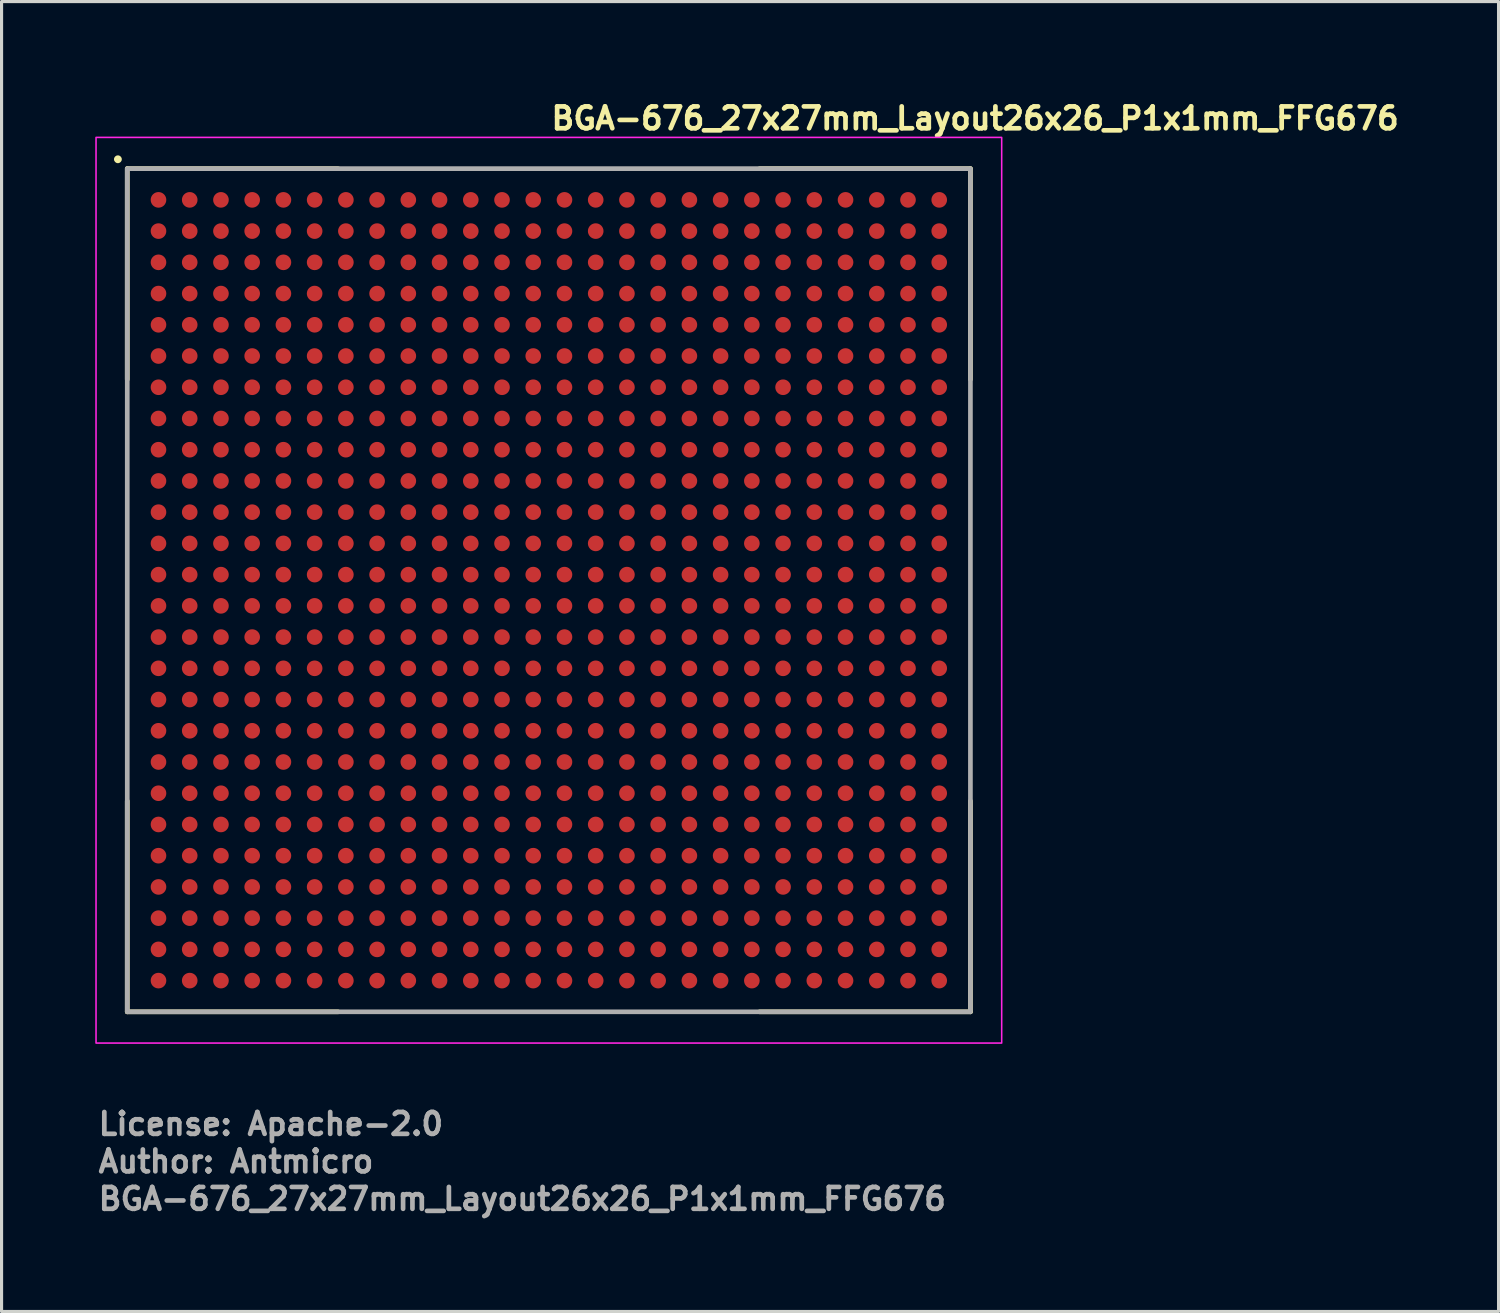
<source format=kicad_pcb>
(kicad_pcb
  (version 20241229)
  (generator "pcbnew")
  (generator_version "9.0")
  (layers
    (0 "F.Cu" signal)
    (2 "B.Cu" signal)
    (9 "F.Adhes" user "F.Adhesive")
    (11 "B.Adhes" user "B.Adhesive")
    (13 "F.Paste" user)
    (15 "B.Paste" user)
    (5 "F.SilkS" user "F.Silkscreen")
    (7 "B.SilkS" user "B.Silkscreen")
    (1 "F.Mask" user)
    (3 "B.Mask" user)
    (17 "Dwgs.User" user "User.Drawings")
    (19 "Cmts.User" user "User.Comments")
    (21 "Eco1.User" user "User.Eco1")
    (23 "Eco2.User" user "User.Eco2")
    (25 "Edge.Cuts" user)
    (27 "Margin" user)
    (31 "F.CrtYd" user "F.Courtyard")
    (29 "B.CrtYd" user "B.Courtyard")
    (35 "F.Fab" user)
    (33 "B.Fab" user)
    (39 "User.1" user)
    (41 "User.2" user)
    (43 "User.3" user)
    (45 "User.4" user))
  (footprint "BGA-676_27x27mm_Layout26x26_P1x1mm_FFG676"
    (layer "F.Cu")
    (at 14.525 15.85)
    (property "Reference" "BGA-676_27x27mm_Layout26x26_P1x1mm_FFG676" (at 0 -14.7 0) (layer "F.SilkS") (effects (font (size 0.7 0.7) (thickness 0.15)) (justify left bottom)))
    (attr smd)
    (fp_line (start -13.5 -13.5) (end -13.5 -6.75) (stroke (width 0.15) (type solid)) (layer "F.SilkS"))
    (fp_line (start -13.5 -13.5) (end -6.75 -13.5) (stroke (width 0.15) (type solid)) (layer "F.SilkS"))
    (fp_line (start -13.5 13.499) (end -13.5 6.749) (stroke (width 0.15) (type solid)) (layer "F.SilkS"))
    (fp_line (start -13.5 13.499) (end -6.75 13.499) (stroke (width 0.15) (type solid)) (layer "F.SilkS"))
    (fp_line (start 13.499 -13.5) (end 6.749 -13.5) (stroke (width 0.15) (type solid)) (layer "F.SilkS"))
    (fp_line (start 13.499 -13.5) (end 13.499 -6.75) (stroke (width 0.15) (type solid)) (layer "F.SilkS"))
    (fp_line (start 13.499 13.499) (end 6.749 13.499) (stroke (width 0.15) (type solid)) (layer "F.SilkS"))
    (fp_line (start 13.499 13.499) (end 13.499 6.749) (stroke (width 0.15) (type solid)) (layer "F.SilkS"))
    (fp_circle (center -13.8 -13.8) (end -13.75 -13.8) (stroke (width 0.15) (type solid)) (fill yes) (layer "F.SilkS"))
    (fp_rect (start -14.5 -14.5) (end 14.5 14.5) (stroke (width 0.05) (type solid)) (fill no) (layer "F.CrtYd"))
    (fp_rect (start -13.5 -13.5) (end 13.499 13.499) (stroke (width 0.15) (type solid)) (fill no) (layer "F.Fab"))
    (fp_rect (start -13.5 -13.5) (end 13.5 13.5) (stroke (width 0.1) (type solid)) (fill no) (layer "User.5"))
    (fp_line (start -13.5 -13.5) (end -13.5 -13) (stroke (width 0.02) (type solid)) (layer "User.9"))
    (fp_line (start -13.5 -13) (end -13.499 -13.025) (stroke (width 0.02) (type solid)) (layer "User.9"))
    (fp_line (start -13.5 13) (end -13.5 -13) (stroke (width 0.02) (type solid)) (layer "User.9"))
    (fp_line (start -13.5 13) (end -13.5 13.5) (stroke (width 0.02) (type solid)) (layer "User.9"))
    (fp_line (start -13.5 13.5) (end -13 13.5) (stroke (width 0.02) (type solid)) (layer "User.9"))
    (fp_line (start -13.499 -13.025) (end -13.498 -13.049) (stroke (width 0.02) (type solid)) (layer "User.9"))
    (fp_line (start -13.499 13.025) (end -13.5 13) (stroke (width 0.02) (type solid)) (layer "User.9"))
    (fp_line (start -13.498 -13.049) (end -13.495 -13.074) (stroke (width 0.02) (type solid)) (layer "User.9"))
    (fp_line (start -13.498 13.049) (end -13.499 13.025) (stroke (width 0.02) (type solid)) (layer "User.9"))
    (fp_line (start -13.495 -13.074) (end -13.49 -13.098) (stroke (width 0.02) (type solid)) (layer "User.9"))
    (fp_line (start -13.495 13.074) (end -13.498 13.049) (stroke (width 0.02) (type solid)) (layer "User.9"))
    (fp_line (start -13.49 -13.098) (end -13.485 -13.122) (stroke (width 0.02) (type solid)) (layer "User.9"))
    (fp_line (start -13.49 13.098) (end -13.495 13.074) (stroke (width 0.02) (type solid)) (layer "User.9"))
    (fp_line (start -13.485 -13.122) (end -13.478 -13.145) (stroke (width 0.02) (type solid)) (layer "User.9"))
    (fp_line (start -13.485 13.122) (end -13.49 13.098) (stroke (width 0.02) (type solid)) (layer "User.9"))
    (fp_line (start -13.478 -13.145) (end -13.471 -13.169) (stroke (width 0.02) (type solid)) (layer "User.9"))
    (fp_line (start -13.478 13.145) (end -13.485 13.122) (stroke (width 0.02) (type solid)) (layer "User.9"))
    (fp_line (start -13.471 -13.169) (end -13.462 -13.191) (stroke (width 0.02) (type solid)) (layer "User.9"))
    (fp_line (start -13.471 13.169) (end -13.478 13.145) (stroke (width 0.02) (type solid)) (layer "User.9"))
    (fp_line (start -13.462 -13.191) (end -13.452 -13.214) (stroke (width 0.02) (type solid)) (layer "User.9"))
    (fp_line (start -13.462 13.191) (end -13.471 13.169) (stroke (width 0.02) (type solid)) (layer "User.9"))
    (fp_line (start -13.452 -13.214) (end -13.441 -13.235) (stroke (width 0.02) (type solid)) (layer "User.9"))
    (fp_line (start -13.452 13.214) (end -13.462 13.191) (stroke (width 0.02) (type solid)) (layer "User.9"))
    (fp_line (start -13.441 -13.235) (end -13.429 -13.257) (stroke (width 0.02) (type solid)) (layer "User.9"))
    (fp_line (start -13.441 13.235) (end -13.452 13.214) (stroke (width 0.02) (type solid)) (layer "User.9"))
    (fp_line (start -13.429 -13.257) (end -13.416 -13.277) (stroke (width 0.02) (type solid)) (layer "User.9"))
    (fp_line (start -13.429 13.257) (end -13.441 13.235) (stroke (width 0.02) (type solid)) (layer "User.9"))
    (fp_line (start -13.416 -13.277) (end -13.402 -13.297) (stroke (width 0.02) (type solid)) (layer "User.9"))
    (fp_line (start -13.416 13.277) (end -13.429 13.257) (stroke (width 0.02) (type solid)) (layer "User.9"))
    (fp_line (start -13.402 -13.297) (end -13.387 -13.317) (stroke (width 0.02) (type solid)) (layer "User.9"))
    (fp_line (start -13.402 13.297) (end -13.416 13.277) (stroke (width 0.02) (type solid)) (layer "User.9"))
    (fp_line (start -13.4 -13.019) (end -13.4 -13.01) (stroke (width 0.02) (type solid)) (layer "User.9"))
    (fp_line (start -13.4 -13.01) (end -13.4 -13) (stroke (width 0.02) (type solid)) (layer "User.9"))
    (fp_line (start -13.4 13) (end -13.4 13.009) (stroke (width 0.02) (type solid)) (layer "User.9"))
    (fp_line (start -13.4 13.009) (end -13.4 13.019) (stroke (width 0.02) (type solid)) (layer "User.9"))
    (fp_line (start -13.4 13.019) (end -13.399 13.028) (stroke (width 0.02) (type solid)) (layer "User.9"))
    (fp_line (start -13.399 -13.029) (end -13.4 -13.019) (stroke (width 0.02) (type solid)) (layer "User.9"))
    (fp_line (start -13.399 13.028) (end -13.398 13.037) (stroke (width 0.02) (type solid)) (layer "User.9"))
    (fp_line (start -13.398 -13.038) (end -13.399 -13.029) (stroke (width 0.02) (type solid)) (layer "User.9"))
    (fp_line (start -13.398 13.037) (end -13.397 13.047) (stroke (width 0.02) (type solid)) (layer "User.9"))
    (fp_line (start -13.397 -13.048) (end -13.398 -13.038) (stroke (width 0.02) (type solid)) (layer "User.9"))
    (fp_line (start -13.397 13.047) (end -13.396 13.056) (stroke (width 0.02) (type solid)) (layer "User.9"))
    (fp_line (start -13.396 -13.057) (end -13.397 -13.048) (stroke (width 0.02) (type solid)) (layer "User.9"))
    (fp_line (start -13.396 13.056) (end -13.395 13.065) (stroke (width 0.02) (type solid)) (layer "User.9"))
    (fp_line (start -13.395 -13.066) (end -13.396 -13.057) (stroke (width 0.02) (type solid)) (layer "User.9"))
    (fp_line (start -13.395 13.065) (end -13.393 13.074) (stroke (width 0.02) (type solid)) (layer "User.9"))
    (fp_line (start -13.393 -13.075) (end -13.395 -13.066) (stroke (width 0.02) (type solid)) (layer "User.9"))
    (fp_line (start -13.393 13.074) (end -13.391 13.083) (stroke (width 0.02) (type solid)) (layer "User.9"))
    (fp_line (start -13.391 -13.085) (end -13.393 -13.075) (stroke (width 0.02) (type solid)) (layer "User.9"))
    (fp_line (start -13.391 13.083) (end -13.389 13.093) (stroke (width 0.02) (type solid)) (layer "User.9"))
    (fp_line (start -13.389 -13.094) (end -13.391 -13.085) (stroke (width 0.02) (type solid)) (layer "User.9"))
    (fp_line (start -13.389 13.093) (end -13.387 13.102) (stroke (width 0.02) (type solid)) (layer "User.9"))
    (fp_line (start -13.387 -13.317) (end -13.371 -13.336) (stroke (width 0.02) (type solid)) (layer "User.9"))
    (fp_line (start -13.387 -13.103) (end -13.389 -13.094) (stroke (width 0.02) (type solid)) (layer "User.9"))
    (fp_line (start -13.387 13.102) (end -13.384 13.111) (stroke (width 0.02) (type solid)) (layer "User.9"))
    (fp_line (start -13.387 13.317) (end -13.402 13.297) (stroke (width 0.02) (type solid)) (layer "User.9"))
    (fp_line (start -13.384 -13.112) (end -13.387 -13.103) (stroke (width 0.02) (type solid)) (layer "User.9"))
    (fp_line (start -13.384 13.111) (end -13.381 13.12) (stroke (width 0.02) (type solid)) (layer "User.9"))
    (fp_line (start -13.381 -13.121) (end -13.384 -13.112) (stroke (width 0.02) (type solid)) (layer "User.9"))
    (fp_line (start -13.381 13.12) (end -13.379 13.129) (stroke (width 0.02) (type solid)) (layer "User.9"))
    (fp_line (start -13.379 13.129) (end -13.375 13.138) (stroke (width 0.02) (type solid)) (layer "User.9"))
    (fp_line (start -13.378 -13.13) (end -13.381 -13.121) (stroke (width 0.02) (type solid)) (layer "User.9"))
    (fp_line (start -13.375 -13.138) (end -13.378 -13.13) (stroke (width 0.02) (type solid)) (layer "User.9"))
    (fp_line (start -13.375 13.138) (end -13.372 13.147) (stroke (width 0.02) (type solid)) (layer "User.9"))
    (fp_line (start -13.372 -13.147) (end -13.375 -13.138) (stroke (width 0.02) (type solid)) (layer "User.9"))
    (fp_line (start -13.372 -13.147) (end -13.372 -13.147) (stroke (width 0.02) (type solid)) (layer "User.9"))
    (fp_line (start -13.372 13.147) (end -13.372 13.147) (stroke (width 0.02) (type solid)) (layer "User.9"))
    (fp_line (start -13.372 13.147) (end -13.368 13.157) (stroke (width 0.02) (type solid)) (layer "User.9"))
    (fp_line (start -13.371 -13.336) (end -13.354 -13.354) (stroke (width 0.02) (type solid)) (layer "User.9"))
    (fp_line (start -13.371 13.336) (end -13.387 13.317) (stroke (width 0.02) (type solid)) (layer "User.9"))
    (fp_line (start -13.368 -13.157) (end -13.372 -13.147) (stroke (width 0.02) (type solid)) (layer "User.9"))
    (fp_line (start -13.368 13.157) (end -13.364 13.166) (stroke (width 0.02) (type solid)) (layer "User.9"))
    (fp_line (start -13.364 -13.166) (end -13.368 -13.157) (stroke (width 0.02) (type solid)) (layer "User.9"))
    (fp_line (start -13.364 13.166) (end -13.36 13.175) (stroke (width 0.02) (type solid)) (layer "User.9"))
    (fp_line (start -13.36 13.175) (end -13.355 13.184) (stroke (width 0.02) (type solid)) (layer "User.9"))
    (fp_line (start -13.359 -13.176) (end -13.364 -13.166) (stroke (width 0.02) (type solid)) (layer "User.9"))
    (fp_line (start -13.355 -13.185) (end -13.359 -13.176) (stroke (width 0.02) (type solid)) (layer "User.9"))
    (fp_line (start -13.355 13.184) (end -13.35 13.193) (stroke (width 0.02) (type solid)) (layer "User.9"))
    (fp_line (start -13.354 -13.354) (end -13.354 -13.354) (stroke (width 0.02) (type solid)) (layer "User.9"))
    (fp_line (start -13.354 -13.354) (end -13.336 -13.371) (stroke (width 0.02) (type solid)) (layer "User.9"))
    (fp_line (start -13.354 13.354) (end -13.371 13.336) (stroke (width 0.02) (type solid)) (layer "User.9"))
    (fp_line (start -13.354 13.354) (end -13.354 13.354) (stroke (width 0.02) (type solid)) (layer "User.9"))
    (fp_line (start -13.35 -13.194) (end -13.355 -13.185) (stroke (width 0.02) (type solid)) (layer "User.9"))
    (fp_line (start -13.35 13.193) (end -13.345 13.202) (stroke (width 0.02) (type solid)) (layer "User.9"))
    (fp_line (start -13.345 -13.203) (end -13.35 -13.194) (stroke (width 0.02) (type solid)) (layer "User.9"))
    (fp_line (start -13.345 13.202) (end -13.34 13.21) (stroke (width 0.02) (type solid)) (layer "User.9"))
    (fp_line (start -13.34 13.21) (end -13.335 13.219) (stroke (width 0.02) (type solid)) (layer "User.9"))
    (fp_line (start -13.339 -13.212) (end -13.345 -13.203) (stroke (width 0.02) (type solid)) (layer "User.9"))
    (fp_line (start -13.336 -13.371) (end -13.317 -13.387) (stroke (width 0.02) (type solid)) (layer "User.9"))
    (fp_line (start -13.336 13.371) (end -13.354 13.354) (stroke (width 0.02) (type solid)) (layer "User.9"))
    (fp_line (start -13.335 13.219) (end -13.329 13.227) (stroke (width 0.02) (type solid)) (layer "User.9"))
    (fp_line (start -13.334 -13.22) (end -13.339 -13.212) (stroke (width 0.02) (type solid)) (layer "User.9"))
    (fp_line (start -13.329 13.227) (end -13.323 13.236) (stroke (width 0.02) (type solid)) (layer "User.9"))
    (fp_line (start -13.328 -13.229) (end -13.334 -13.22) (stroke (width 0.02) (type solid)) (layer "User.9"))
    (fp_line (start -13.323 13.236) (end -13.317 13.244) (stroke (width 0.02) (type solid)) (layer "User.9"))
    (fp_line (start -13.322 -13.237) (end -13.328 -13.229) (stroke (width 0.02) (type solid)) (layer "User.9"))
    (fp_line (start -13.317 -13.387) (end -13.297 -13.402) (stroke (width 0.02) (type solid)) (layer "User.9"))
    (fp_line (start -13.317 13.244) (end -13.311 13.252) (stroke (width 0.02) (type solid)) (layer "User.9"))
    (fp_line (start -13.317 13.387) (end -13.336 13.371) (stroke (width 0.02) (type solid)) (layer "User.9"))
    (fp_line (start -13.316 -13.245) (end -13.322 -13.237) (stroke (width 0.02) (type solid)) (layer "User.9"))
    (fp_line (start -13.311 13.252) (end -13.304 13.26) (stroke (width 0.02) (type solid)) (layer "User.9"))
    (fp_line (start -13.31 -13.253) (end -13.316 -13.245) (stroke (width 0.02) (type solid)) (layer "User.9"))
    (fp_line (start -13.304 13.26) (end -13.297 13.268) (stroke (width 0.02) (type solid)) (layer "User.9"))
    (fp_line (start -13.303 -13.261) (end -13.31 -13.253) (stroke (width 0.02) (type solid)) (layer "User.9"))
    (fp_line (start -13.297 -13.402) (end -13.277 -13.416) (stroke (width 0.02) (type solid)) (layer "User.9"))
    (fp_line (start -13.297 -13.268) (end -13.303 -13.261) (stroke (width 0.02) (type solid)) (layer "User.9"))
    (fp_line (start -13.297 13.268) (end -13.29 13.275) (stroke (width 0.02) (type solid)) (layer "User.9"))
    (fp_line (start -13.297 13.402) (end -13.317 13.387) (stroke (width 0.02) (type solid)) (layer "User.9"))
    (fp_line (start -13.29 -13.276) (end -13.297 -13.268) (stroke (width 0.02) (type solid)) (layer "User.9"))
    (fp_line (start -13.29 13.275) (end -13.283 13.283) (stroke (width 0.02) (type solid)) (layer "User.9"))
    (fp_line (start -13.283 -13.283) (end -13.29 -13.276) (stroke (width 0.02) (type solid)) (layer "User.9"))
    (fp_line (start -13.283 -13.283) (end -13.283 -13.283) (stroke (width 0.02) (type solid)) (layer "User.9"))
    (fp_line (start -13.283 13.283) (end -13.283 13.283) (stroke (width 0.02) (type solid)) (layer "User.9"))
    (fp_line (start -13.283 13.283) (end -13.276 13.29) (stroke (width 0.02) (type solid)) (layer "User.9"))
    (fp_line (start -13.277 -13.416) (end -13.257 -13.429) (stroke (width 0.02) (type solid)) (layer "User.9"))
    (fp_line (start -13.277 13.416) (end -13.297 13.402) (stroke (width 0.02) (type solid)) (layer "User.9"))
    (fp_line (start -13.276 13.29) (end -13.268 13.297) (stroke (width 0.02) (type solid)) (layer "User.9"))
    (fp_line (start -13.275 -13.29) (end -13.283 -13.283) (stroke (width 0.02) (type solid)) (layer "User.9"))
    (fp_line (start -13.268 -13.297) (end -13.275 -13.29) (stroke (width 0.02) (type solid)) (layer "User.9"))
    (fp_line (start -13.268 13.297) (end -13.261 13.303) (stroke (width 0.02) (type solid)) (layer "User.9"))
    (fp_line (start -13.261 13.303) (end -13.253 13.31) (stroke (width 0.02) (type solid)) (layer "User.9"))
    (fp_line (start -13.26 -13.304) (end -13.268 -13.297) (stroke (width 0.02) (type solid)) (layer "User.9"))
    (fp_line (start -13.257 -13.429) (end -13.235 -13.441) (stroke (width 0.02) (type solid)) (layer "User.9"))
    (fp_line (start -13.257 13.429) (end -13.277 13.416) (stroke (width 0.02) (type solid)) (layer "User.9"))
    (fp_line (start -13.253 13.31) (end -13.245 13.316) (stroke (width 0.02) (type solid)) (layer "User.9"))
    (fp_line (start -13.252 -13.311) (end -13.26 -13.304) (stroke (width 0.02) (type solid)) (layer "User.9"))
    (fp_line (start -13.245 13.316) (end -13.237 13.322) (stroke (width 0.02) (type solid)) (layer "User.9"))
    (fp_line (start -13.244 -13.317) (end -13.252 -13.311) (stroke (width 0.02) (type solid)) (layer "User.9"))
    (fp_line (start -13.237 13.322) (end -13.229 13.328) (stroke (width 0.02) (type solid)) (layer "User.9"))
    (fp_line (start -13.236 -13.323) (end -13.244 -13.317) (stroke (width 0.02) (type solid)) (layer "User.9"))
    (fp_line (start -13.235 -13.441) (end -13.214 -13.452) (stroke (width 0.02) (type solid)) (layer "User.9"))
    (fp_line (start -13.235 13.441) (end -13.257 13.429) (stroke (width 0.02) (type solid)) (layer "User.9"))
    (fp_line (start -13.229 13.328) (end -13.22 13.334) (stroke (width 0.02) (type solid)) (layer "User.9"))
    (fp_line (start -13.227 -13.329) (end -13.236 -13.323) (stroke (width 0.02) (type solid)) (layer "User.9"))
    (fp_line (start -13.22 13.334) (end -13.212 13.339) (stroke (width 0.02) (type solid)) (layer "User.9"))
    (fp_line (start -13.219 -13.335) (end -13.227 -13.329) (stroke (width 0.02) (type solid)) (layer "User.9"))
    (fp_line (start -13.214 -13.452) (end -13.191 -13.462) (stroke (width 0.02) (type solid)) (layer "User.9"))
    (fp_line (start -13.214 13.452) (end -13.235 13.441) (stroke (width 0.02) (type solid)) (layer "User.9"))
    (fp_line (start -13.212 13.339) (end -13.203 13.345) (stroke (width 0.02) (type solid)) (layer "User.9"))
    (fp_line (start -13.21 -13.34) (end -13.219 -13.335) (stroke (width 0.02) (type solid)) (layer "User.9"))
    (fp_line (start -13.203 13.345) (end -13.194 13.35) (stroke (width 0.02) (type solid)) (layer "User.9"))
    (fp_line (start -13.202 -13.345) (end -13.21 -13.34) (stroke (width 0.02) (type solid)) (layer "User.9"))
    (fp_line (start -13.194 13.35) (end -13.185 13.355) (stroke (width 0.02) (type solid)) (layer "User.9"))
    (fp_line (start -13.193 -13.35) (end -13.202 -13.345) (stroke (width 0.02) (type solid)) (layer "User.9"))
    (fp_line (start -13.191 -13.462) (end -13.169 -13.471) (stroke (width 0.02) (type solid)) (layer "User.9"))
    (fp_line (start -13.191 13.462) (end -13.214 13.452) (stroke (width 0.02) (type solid)) (layer "User.9"))
    (fp_line (start -13.185 13.355) (end -13.176 13.359) (stroke (width 0.02) (type solid)) (layer "User.9"))
    (fp_line (start -13.184 -13.355) (end -13.193 -13.35) (stroke (width 0.02) (type solid)) (layer "User.9"))
    (fp_line (start -13.176 13.359) (end -13.166 13.364) (stroke (width 0.02) (type solid)) (layer "User.9"))
    (fp_line (start -13.175 -13.36) (end -13.184 -13.355) (stroke (width 0.02) (type solid)) (layer "User.9"))
    (fp_line (start -13.169 -13.471) (end -13.145 -13.478) (stroke (width 0.02) (type solid)) (layer "User.9"))
    (fp_line (start -13.169 13.471) (end -13.191 13.462) (stroke (width 0.02) (type solid)) (layer "User.9"))
    (fp_line (start -13.166 -13.364) (end -13.175 -13.36) (stroke (width 0.02) (type solid)) (layer "User.9"))
    (fp_line (start -13.166 13.364) (end -13.157 13.368) (stroke (width 0.02) (type solid)) (layer "User.9"))
    (fp_line (start -13.157 -13.368) (end -13.166 -13.364) (stroke (width 0.02) (type solid)) (layer "User.9"))
    (fp_line (start -13.157 13.368) (end -13.147 13.372) (stroke (width 0.02) (type solid)) (layer "User.9"))
    (fp_line (start -13.147 -13.372) (end -13.157 -13.368) (stroke (width 0.02) (type solid)) (layer "User.9"))
    (fp_line (start -13.147 -13.372) (end -13.147 -13.372) (stroke (width 0.02) (type solid)) (layer "User.9"))
    (fp_line (start -13.147 13.372) (end -13.147 13.372) (stroke (width 0.02) (type solid)) (layer "User.9"))
    (fp_line (start -13.147 13.372) (end -13.138 13.375) (stroke (width 0.02) (type solid)) (layer "User.9"))
    (fp_line (start -13.145 -13.478) (end -13.122 -13.485) (stroke (width 0.02) (type solid)) (layer "User.9"))
    (fp_line (start -13.145 13.478) (end -13.169 13.471) (stroke (width 0.02) (type solid)) (layer "User.9"))
    (fp_line (start -13.138 -13.375) (end -13.147 -13.372) (stroke (width 0.02) (type solid)) (layer "User.9"))
    (fp_line (start -13.138 13.375) (end -13.13 13.378) (stroke (width 0.02) (type solid)) (layer "User.9"))
    (fp_line (start -13.13 13.378) (end -13.121 13.381) (stroke (width 0.02) (type solid)) (layer "User.9"))
    (fp_line (start -13.129 -13.379) (end -13.138 -13.375) (stroke (width 0.02) (type solid)) (layer "User.9"))
    (fp_line (start -13.122 -13.485) (end -13.098 -13.49) (stroke (width 0.02) (type solid)) (layer "User.9"))
    (fp_line (start -13.122 13.485) (end -13.145 13.478) (stroke (width 0.02) (type solid)) (layer "User.9"))
    (fp_line (start -13.121 13.381) (end -13.112 13.384) (stroke (width 0.02) (type solid)) (layer "User.9"))
    (fp_line (start -13.12 -13.381) (end -13.129 -13.379) (stroke (width 0.02) (type solid)) (layer "User.9"))
    (fp_line (start -13.112 13.384) (end -13.103 13.387) (stroke (width 0.02) (type solid)) (layer "User.9"))
    (fp_line (start -13.111 -13.384) (end -13.12 -13.381) (stroke (width 0.02) (type solid)) (layer "User.9"))
    (fp_line (start -13.103 13.387) (end -13.094 13.389) (stroke (width 0.02) (type solid)) (layer "User.9"))
    (fp_line (start -13.102 -13.387) (end -13.111 -13.384) (stroke (width 0.02) (type solid)) (layer "User.9"))
    (fp_line (start -13.098 -13.49) (end -13.074 -13.495) (stroke (width 0.02) (type solid)) (layer "User.9"))
    (fp_line (start -13.098 13.49) (end -13.122 13.485) (stroke (width 0.02) (type solid)) (layer "User.9"))
    (fp_line (start -13.094 13.389) (end -13.085 13.391) (stroke (width 0.02) (type solid)) (layer "User.9"))
    (fp_line (start -13.093 -13.389) (end -13.102 -13.387) (stroke (width 0.02) (type solid)) (layer "User.9"))
    (fp_line (start -13.085 13.391) (end -13.075 13.393) (stroke (width 0.02) (type solid)) (layer "User.9"))
    (fp_line (start -13.083 -13.391) (end -13.093 -13.389) (stroke (width 0.02) (type solid)) (layer "User.9"))
    (fp_line (start -13.075 13.393) (end -13.066 13.395) (stroke (width 0.02) (type solid)) (layer "User.9"))
    (fp_line (start -13.074 -13.495) (end -13.049 -13.498) (stroke (width 0.02) (type solid)) (layer "User.9"))
    (fp_line (start -13.074 -13.393) (end -13.083 -13.391) (stroke (width 0.02) (type solid)) (layer "User.9"))
    (fp_line (start -13.074 13.495) (end -13.098 13.49) (stroke (width 0.02) (type solid)) (layer "User.9"))
    (fp_line (start -13.066 13.395) (end -13.057 13.396) (stroke (width 0.02) (type solid)) (layer "User.9"))
    (fp_line (start -13.065 -13.395) (end -13.074 -13.393) (stroke (width 0.02) (type solid)) (layer "User.9"))
    (fp_line (start -13.057 13.396) (end -13.048 13.397) (stroke (width 0.02) (type solid)) (layer "User.9"))
    (fp_line (start -13.056 -13.396) (end -13.065 -13.395) (stroke (width 0.02) (type solid)) (layer "User.9"))
    (fp_line (start -13.049 -13.498) (end -13.025 -13.499) (stroke (width 0.02) (type solid)) (layer "User.9"))
    (fp_line (start -13.049 13.498) (end -13.074 13.495) (stroke (width 0.02) (type solid)) (layer "User.9"))
    (fp_line (start -13.048 13.397) (end -13.038 13.398) (stroke (width 0.02) (type solid)) (layer "User.9"))
    (fp_line (start -13.047 -13.397) (end -13.056 -13.396) (stroke (width 0.02) (type solid)) (layer "User.9"))
    (fp_line (start -13.038 13.398) (end -13.029 13.399) (stroke (width 0.02) (type solid)) (layer "User.9"))
    (fp_line (start -13.037 -13.398) (end -13.047 -13.397) (stroke (width 0.02) (type solid)) (layer "User.9"))
    (fp_line (start -13.029 13.399) (end -13.019 13.4) (stroke (width 0.02) (type solid)) (layer "User.9"))
    (fp_line (start -13.028 -13.399) (end -13.037 -13.398) (stroke (width 0.02) (type solid)) (layer "User.9"))
    (fp_line (start -13.025 -13.499) (end -13 -13.5) (stroke (width 0.02) (type solid)) (layer "User.9"))
    (fp_line (start -13.025 13.499) (end -13.049 13.498) (stroke (width 0.02) (type solid)) (layer "User.9"))
    (fp_line (start -13.019 -13.4) (end -13.028 -13.399) (stroke (width 0.02) (type solid)) (layer "User.9"))
    (fp_line (start -13.019 13.4) (end -13.01 13.4) (stroke (width 0.02) (type solid)) (layer "User.9"))
    (fp_line (start -13.01 13.4) (end -13 13.4) (stroke (width 0.02) (type solid)) (layer "User.9"))
    (fp_line (start -13.009 -13.4) (end -13.019 -13.4) (stroke (width 0.02) (type solid)) (layer "User.9"))
    (fp_line (start -13 -13.5) (end 13 -13.5) (stroke (width 0.02) (type solid)) (layer "User.9"))
    (fp_line (start -13 -13.4) (end -13.009 -13.4) (stroke (width 0.02) (type solid)) (layer "User.9"))
    (fp_line (start -13 13.5) (end -13.025 13.499) (stroke (width 0.02) (type solid)) (layer "User.9"))
    (fp_line (start -12 -12) (end -11 -12) (stroke (width 0.02) (type solid)) (layer "User.9"))
    (fp_line (start -12 -11) (end -12 -12) (stroke (width 0.02) (type solid)) (layer "User.9"))
    (fp_line (start -11 -12) (end -11 -11) (stroke (width 0.02) (type solid)) (layer "User.9"))
    (fp_line (start -11 -11) (end -12 -11) (stroke (width 0.02) (type solid)) (layer "User.9"))
    (fp_line (start 13 -13.5) (end 13.025 -13.499) (stroke (width 0.02) (type solid)) (layer "User.9"))
    (fp_line (start 13 13.4) (end 13.009 13.4) (stroke (width 0.02) (type solid)) (layer "User.9"))
    (fp_line (start 13 13.5) (end -13 13.5) (stroke (width 0.02) (type solid)) (layer "User.9"))
    (fp_line (start 13 13.5) (end 13.5 13.5) (stroke (width 0.02) (type solid)) (layer "User.9"))
    (fp_line (start 13.009 13.4) (end 13.019 13.4) (stroke (width 0.02) (type solid)) (layer "User.9"))
    (fp_line (start 13.01 -13.4) (end 13 -13.4) (stroke (width 0.02) (type solid)) (layer "User.9"))
    (fp_line (start 13.019 -13.4) (end 13.01 -13.4) (stroke (width 0.02) (type solid)) (layer "User.9"))
    (fp_line (start 13.019 13.4) (end 13.028 13.399) (stroke (width 0.02) (type solid)) (layer "User.9"))
    (fp_line (start 13.025 -13.499) (end 13.049 -13.498) (stroke (width 0.02) (type solid)) (layer "User.9"))
    (fp_line (start 13.025 13.499) (end 13 13.5) (stroke (width 0.02) (type solid)) (layer "User.9"))
    (fp_line (start 13.028 13.399) (end 13.037 13.398) (stroke (width 0.02) (type solid)) (layer "User.9"))
    (fp_line (start 13.029 -13.399) (end 13.019 -13.4) (stroke (width 0.02) (type solid)) (layer "User.9"))
    (fp_line (start 13.037 13.398) (end 13.047 13.397) (stroke (width 0.02) (type solid)) (layer "User.9"))
    (fp_line (start 13.038 -13.398) (end 13.029 -13.399) (stroke (width 0.02) (type solid)) (layer "User.9"))
    (fp_line (start 13.047 13.397) (end 13.056 13.396) (stroke (width 0.02) (type solid)) (layer "User.9"))
    (fp_line (start 13.048 -13.397) (end 13.038 -13.398) (stroke (width 0.02) (type solid)) (layer "User.9"))
    (fp_line (start 13.049 -13.498) (end 13.074 -13.495) (stroke (width 0.02) (type solid)) (layer "User.9"))
    (fp_line (start 13.049 13.498) (end 13.025 13.499) (stroke (width 0.02) (type solid)) (layer "User.9"))
    (fp_line (start 13.056 13.396) (end 13.065 13.395) (stroke (width 0.02) (type solid)) (layer "User.9"))
    (fp_line (start 13.057 -13.396) (end 13.048 -13.397) (stroke (width 0.02) (type solid)) (layer "User.9"))
    (fp_line (start 13.065 13.395) (end 13.074 13.393) (stroke (width 0.02) (type solid)) (layer "User.9"))
    (fp_line (start 13.066 -13.395) (end 13.057 -13.396) (stroke (width 0.02) (type solid)) (layer "User.9"))
    (fp_line (start 13.074 -13.495) (end 13.098 -13.49) (stroke (width 0.02) (type solid)) (layer "User.9"))
    (fp_line (start 13.074 13.393) (end 13.083 13.391) (stroke (width 0.02) (type solid)) (layer "User.9"))
    (fp_line (start 13.074 13.495) (end 13.049 13.498) (stroke (width 0.02) (type solid)) (layer "User.9"))
    (fp_line (start 13.075 -13.393) (end 13.066 -13.395) (stroke (width 0.02) (type solid)) (layer "User.9"))
    (fp_line (start 13.083 13.391) (end 13.093 13.389) (stroke (width 0.02) (type solid)) (layer "User.9"))
    (fp_line (start 13.085 -13.391) (end 13.075 -13.393) (stroke (width 0.02) (type solid)) (layer "User.9"))
    (fp_line (start 13.093 13.389) (end 13.102 13.387) (stroke (width 0.02) (type solid)) (layer "User.9"))
    (fp_line (start 13.094 -13.389) (end 13.085 -13.391) (stroke (width 0.02) (type solid)) (layer "User.9"))
    (fp_line (start 13.098 -13.49) (end 13.122 -13.485) (stroke (width 0.02) (type solid)) (layer "User.9"))
    (fp_line (start 13.098 13.49) (end 13.074 13.495) (stroke (width 0.02) (type solid)) (layer "User.9"))
    (fp_line (start 13.102 13.387) (end 13.111 13.384) (stroke (width 0.02) (type solid)) (layer "User.9"))
    (fp_line (start 13.103 -13.387) (end 13.094 -13.389) (stroke (width 0.02) (type solid)) (layer "User.9"))
    (fp_line (start 13.111 13.384) (end 13.12 13.381) (stroke (width 0.02) (type solid)) (layer "User.9"))
    (fp_line (start 13.112 -13.384) (end 13.103 -13.387) (stroke (width 0.02) (type solid)) (layer "User.9"))
    (fp_line (start 13.12 13.381) (end 13.129 13.379) (stroke (width 0.02) (type solid)) (layer "User.9"))
    (fp_line (start 13.121 -13.381) (end 13.112 -13.384) (stroke (width 0.02) (type solid)) (layer "User.9"))
    (fp_line (start 13.122 -13.485) (end 13.145 -13.478) (stroke (width 0.02) (type solid)) (layer "User.9"))
    (fp_line (start 13.122 13.485) (end 13.098 13.49) (stroke (width 0.02) (type solid)) (layer "User.9"))
    (fp_line (start 13.129 13.379) (end 13.138 13.375) (stroke (width 0.02) (type solid)) (layer "User.9"))
    (fp_line (start 13.13 -13.378) (end 13.121 -13.381) (stroke (width 0.02) (type solid)) (layer "User.9"))
    (fp_line (start 13.138 -13.375) (end 13.13 -13.378) (stroke (width 0.02) (type solid)) (layer "User.9"))
    (fp_line (start 13.138 13.375) (end 13.147 13.372) (stroke (width 0.02) (type solid)) (layer "User.9"))
    (fp_line (start 13.145 -13.478) (end 13.169 -13.471) (stroke (width 0.02) (type solid)) (layer "User.9"))
    (fp_line (start 13.145 13.478) (end 13.122 13.485) (stroke (width 0.02) (type solid)) (layer "User.9"))
    (fp_line (start 13.147 -13.372) (end 13.138 -13.375) (stroke (width 0.02) (type solid)) (layer "User.9"))
    (fp_line (start 13.147 -13.372) (end 13.147 -13.372) (stroke (width 0.02) (type solid)) (layer "User.9"))
    (fp_line (start 13.147 13.372) (end 13.147 13.372) (stroke (width 0.02) (type solid)) (layer "User.9"))
    (fp_line (start 13.147 13.372) (end 13.157 13.368) (stroke (width 0.02) (type solid)) (layer "User.9"))
    (fp_line (start 13.157 -13.368) (end 13.147 -13.372) (stroke (width 0.02) (type solid)) (layer "User.9"))
    (fp_line (start 13.157 13.368) (end 13.166 13.364) (stroke (width 0.02) (type solid)) (layer "User.9"))
    (fp_line (start 13.166 -13.364) (end 13.157 -13.368) (stroke (width 0.02) (type solid)) (layer "User.9"))
    (fp_line (start 13.166 13.364) (end 13.175 13.36) (stroke (width 0.02) (type solid)) (layer "User.9"))
    (fp_line (start 13.169 -13.471) (end 13.191 -13.462) (stroke (width 0.02) (type solid)) (layer "User.9"))
    (fp_line (start 13.169 13.471) (end 13.145 13.478) (stroke (width 0.02) (type solid)) (layer "User.9"))
    (fp_line (start 13.175 13.36) (end 13.184 13.355) (stroke (width 0.02) (type solid)) (layer "User.9"))
    (fp_line (start 13.176 -13.359) (end 13.166 -13.364) (stroke (width 0.02) (type solid)) (layer "User.9"))
    (fp_line (start 13.184 13.355) (end 13.193 13.35) (stroke (width 0.02) (type solid)) (layer "User.9"))
    (fp_line (start 13.185 -13.355) (end 13.176 -13.359) (stroke (width 0.02) (type solid)) (layer "User.9"))
    (fp_line (start 13.191 -13.462) (end 13.214 -13.452) (stroke (width 0.02) (type solid)) (layer "User.9"))
    (fp_line (start 13.191 13.462) (end 13.169 13.471) (stroke (width 0.02) (type solid)) (layer "User.9"))
    (fp_line (start 13.193 13.35) (end 13.202 13.345) (stroke (width 0.02) (type solid)) (layer "User.9"))
    (fp_line (start 13.194 -13.35) (end 13.185 -13.355) (stroke (width 0.02) (type solid)) (layer "User.9"))
    (fp_line (start 13.202 13.345) (end 13.21 13.34) (stroke (width 0.02) (type solid)) (layer "User.9"))
    (fp_line (start 13.203 -13.345) (end 13.194 -13.35) (stroke (width 0.02) (type solid)) (layer "User.9"))
    (fp_line (start 13.21 13.34) (end 13.219 13.335) (stroke (width 0.02) (type solid)) (layer "User.9"))
    (fp_line (start 13.212 -13.339) (end 13.203 -13.345) (stroke (width 0.02) (type solid)) (layer "User.9"))
    (fp_line (start 13.214 -13.452) (end 13.235 -13.441) (stroke (width 0.02) (type solid)) (layer "User.9"))
    (fp_line (start 13.214 13.452) (end 13.191 13.462) (stroke (width 0.02) (type solid)) (layer "User.9"))
    (fp_line (start 13.219 13.335) (end 13.227 13.329) (stroke (width 0.02) (type solid)) (layer "User.9"))
    (fp_line (start 13.22 -13.334) (end 13.212 -13.339) (stroke (width 0.02) (type solid)) (layer "User.9"))
    (fp_line (start 13.227 13.329) (end 13.236 13.323) (stroke (width 0.02) (type solid)) (layer "User.9"))
    (fp_line (start 13.229 -13.328) (end 13.22 -13.334) (stroke (width 0.02) (type solid)) (layer "User.9"))
    (fp_line (start 13.235 -13.441) (end 13.257 -13.429) (stroke (width 0.02) (type solid)) (layer "User.9"))
    (fp_line (start 13.235 13.441) (end 13.214 13.452) (stroke (width 0.02) (type solid)) (layer "User.9"))
    (fp_line (start 13.236 13.323) (end 13.244 13.317) (stroke (width 0.02) (type solid)) (layer "User.9"))
    (fp_line (start 13.237 -13.322) (end 13.229 -13.328) (stroke (width 0.02) (type solid)) (layer "User.9"))
    (fp_line (start 13.244 13.317) (end 13.252 13.311) (stroke (width 0.02) (type solid)) (layer "User.9"))
    (fp_line (start 13.245 -13.316) (end 13.237 -13.322) (stroke (width 0.02) (type solid)) (layer "User.9"))
    (fp_line (start 13.252 13.311) (end 13.26 13.304) (stroke (width 0.02) (type solid)) (layer "User.9"))
    (fp_line (start 13.253 -13.31) (end 13.245 -13.316) (stroke (width 0.02) (type solid)) (layer "User.9"))
    (fp_line (start 13.257 -13.429) (end 13.277 -13.416) (stroke (width 0.02) (type solid)) (layer "User.9"))
    (fp_line (start 13.257 13.429) (end 13.235 13.441) (stroke (width 0.02) (type solid)) (layer "User.9"))
    (fp_line (start 13.26 13.304) (end 13.268 13.297) (stroke (width 0.02) (type solid)) (layer "User.9"))
    (fp_line (start 13.261 -13.303) (end 13.253 -13.31) (stroke (width 0.02) (type solid)) (layer "User.9"))
    (fp_line (start 13.268 -13.297) (end 13.261 -13.303) (stroke (width 0.02) (type solid)) (layer "User.9"))
    (fp_line (start 13.268 13.297) (end 13.275 13.29) (stroke (width 0.02) (type solid)) (layer "User.9"))
    (fp_line (start 13.275 13.29) (end 13.283 13.283) (stroke (width 0.02) (type solid)) (layer "User.9"))
    (fp_line (start 13.276 -13.29) (end 13.268 -13.297) (stroke (width 0.02) (type solid)) (layer "User.9"))
    (fp_line (start 13.277 -13.416) (end 13.297 -13.402) (stroke (width 0.02) (type solid)) (layer "User.9"))
    (fp_line (start 13.277 13.416) (end 13.257 13.429) (stroke (width 0.02) (type solid)) (layer "User.9"))
    (fp_line (start 13.283 -13.283) (end 13.276 -13.29) (stroke (width 0.02) (type solid)) (layer "User.9"))
    (fp_line (start 13.283 -13.283) (end 13.283 -13.283) (stroke (width 0.02) (type solid)) (layer "User.9"))
    (fp_line (start 13.283 13.283) (end 13.283 13.283) (stroke (width 0.02) (type solid)) (layer "User.9"))
    (fp_line (start 13.283 13.283) (end 13.29 13.276) (stroke (width 0.02) (type solid)) (layer "User.9"))
    (fp_line (start 13.29 -13.275) (end 13.283 -13.283) (stroke (width 0.02) (type solid)) (layer "User.9"))
    (fp_line (start 13.29 13.276) (end 13.297 13.268) (stroke (width 0.02) (type solid)) (layer "User.9"))
    (fp_line (start 13.297 -13.402) (end 13.317 -13.387) (stroke (width 0.02) (type solid)) (layer "User.9"))
    (fp_line (start 13.297 -13.268) (end 13.29 -13.275) (stroke (width 0.02) (type solid)) (layer "User.9"))
    (fp_line (start 13.297 13.268) (end 13.303 13.261) (stroke (width 0.02) (type solid)) (layer "User.9"))
    (fp_line (start 13.297 13.402) (end 13.277 13.416) (stroke (width 0.02) (type solid)) (layer "User.9"))
    (fp_line (start 13.303 13.261) (end 13.31 13.253) (stroke (width 0.02) (type solid)) (layer "User.9"))
    (fp_line (start 13.304 -13.26) (end 13.297 -13.268) (stroke (width 0.02) (type solid)) (layer "User.9"))
    (fp_line (start 13.31 13.253) (end 13.316 13.245) (stroke (width 0.02) (type solid)) (layer "User.9"))
    (fp_line (start 13.311 -13.252) (end 13.304 -13.26) (stroke (width 0.02) (type solid)) (layer "User.9"))
    (fp_line (start 13.316 13.245) (end 13.322 13.237) (stroke (width 0.02) (type solid)) (layer "User.9"))
    (fp_line (start 13.317 -13.387) (end 13.336 -13.371) (stroke (width 0.02) (type solid)) (layer "User.9"))
    (fp_line (start 13.317 -13.244) (end 13.311 -13.252) (stroke (width 0.02) (type solid)) (layer "User.9"))
    (fp_line (start 13.317 13.387) (end 13.297 13.402) (stroke (width 0.02) (type solid)) (layer "User.9"))
    (fp_line (start 13.322 13.237) (end 13.328 13.229) (stroke (width 0.02) (type solid)) (layer "User.9"))
    (fp_line (start 13.323 -13.236) (end 13.317 -13.244) (stroke (width 0.02) (type solid)) (layer "User.9"))
    (fp_line (start 13.328 13.229) (end 13.334 13.22) (stroke (width 0.02) (type solid)) (layer "User.9"))
    (fp_line (start 13.329 -13.227) (end 13.323 -13.236) (stroke (width 0.02) (type solid)) (layer "User.9"))
    (fp_line (start 13.334 13.22) (end 13.339 13.212) (stroke (width 0.02) (type solid)) (layer "User.9"))
    (fp_line (start 13.335 -13.219) (end 13.329 -13.227) (stroke (width 0.02) (type solid)) (layer "User.9"))
    (fp_line (start 13.336 -13.371) (end 13.354 -13.354) (stroke (width 0.02) (type solid)) (layer "User.9"))
    (fp_line (start 13.336 13.371) (end 13.317 13.387) (stroke (width 0.02) (type solid)) (layer "User.9"))
    (fp_line (start 13.339 13.212) (end 13.345 13.203) (stroke (width 0.02) (type solid)) (layer "User.9"))
    (fp_line (start 13.34 -13.21) (end 13.335 -13.219) (stroke (width 0.02) (type solid)) (layer "User.9"))
    (fp_line (start 13.345 -13.202) (end 13.34 -13.21) (stroke (width 0.02) (type solid)) (layer "User.9"))
    (fp_line (start 13.345 13.203) (end 13.35 13.194) (stroke (width 0.02) (type solid)) (layer "User.9"))
    (fp_line (start 13.35 -13.193) (end 13.345 -13.202) (stroke (width 0.02) (type solid)) (layer "User.9"))
    (fp_line (start 13.35 13.194) (end 13.355 13.185) (stroke (width 0.02) (type solid)) (layer "User.9"))
    (fp_line (start 13.354 -13.354) (end 13.354 -13.354) (stroke (width 0.02) (type solid)) (layer "User.9"))
    (fp_line (start 13.354 -13.354) (end 13.371 -13.336) (stroke (width 0.02) (type solid)) (layer "User.9"))
    (fp_line (start 13.354 13.354) (end 13.336 13.371) (stroke (width 0.02) (type solid)) (layer "User.9"))
    (fp_line (start 13.354 13.354) (end 13.354 13.354) (stroke (width 0.02) (type solid)) (layer "User.9"))
    (fp_line (start 13.355 -13.184) (end 13.35 -13.193) (stroke (width 0.02) (type solid)) (layer "User.9"))
    (fp_line (start 13.355 13.185) (end 13.359 13.176) (stroke (width 0.02) (type solid)) (layer "User.9"))
    (fp_line (start 13.359 13.176) (end 13.364 13.166) (stroke (width 0.02) (type solid)) (layer "User.9"))
    (fp_line (start 13.36 -13.175) (end 13.355 -13.184) (stroke (width 0.02) (type solid)) (layer "User.9"))
    (fp_line (start 13.364 -13.166) (end 13.36 -13.175) (stroke (width 0.02) (type solid)) (layer "User.9"))
    (fp_line (start 13.364 13.166) (end 13.368 13.157) (stroke (width 0.02) (type solid)) (layer "User.9"))
    (fp_line (start 13.368 -13.157) (end 13.364 -13.166) (stroke (width 0.02) (type solid)) (layer "User.9"))
    (fp_line (start 13.368 13.157) (end 13.372 13.147) (stroke (width 0.02) (type solid)) (layer "User.9"))
    (fp_line (start 13.371 -13.336) (end 13.387 -13.317) (stroke (width 0.02) (type solid)) (layer "User.9"))
    (fp_line (start 13.371 13.336) (end 13.354 13.354) (stroke (width 0.02) (type solid)) (layer "User.9"))
    (fp_line (start 13.372 -13.147) (end 13.368 -13.157) (stroke (width 0.02) (type solid)) (layer "User.9"))
    (fp_line (start 13.372 -13.147) (end 13.372 -13.147) (stroke (width 0.02) (type solid)) (layer "User.9"))
    (fp_line (start 13.372 13.147) (end 13.372 13.147) (stroke (width 0.02) (type solid)) (layer "User.9"))
    (fp_line (start 13.372 13.147) (end 13.375 13.138) (stroke (width 0.02) (type solid)) (layer "User.9"))
    (fp_line (start 13.375 -13.138) (end 13.372 -13.147) (stroke (width 0.02) (type solid)) (layer "User.9"))
    (fp_line (start 13.375 13.138) (end 13.378 13.13) (stroke (width 0.02) (type solid)) (layer "User.9"))
    (fp_line (start 13.378 13.13) (end 13.381 13.121) (stroke (width 0.02) (type solid)) (layer "User.9"))
    (fp_line (start 13.379 -13.129) (end 13.375 -13.138) (stroke (width 0.02) (type solid)) (layer "User.9"))
    (fp_line (start 13.381 -13.12) (end 13.379 -13.129) (stroke (width 0.02) (type solid)) (layer "User.9"))
    (fp_line (start 13.381 13.121) (end 13.384 13.112) (stroke (width 0.02) (type solid)) (layer "User.9"))
    (fp_line (start 13.384 -13.111) (end 13.381 -13.12) (stroke (width 0.02) (type solid)) (layer "User.9"))
    (fp_line (start 13.384 13.112) (end 13.387 13.103) (stroke (width 0.02) (type solid)) (layer "User.9"))
    (fp_line (start 13.387 -13.317) (end 13.402 -13.297) (stroke (width 0.02) (type solid)) (layer "User.9"))
    (fp_line (start 13.387 -13.102) (end 13.384 -13.111) (stroke (width 0.02) (type solid)) (layer "User.9"))
    (fp_line (start 13.387 13.103) (end 13.389 13.094) (stroke (width 0.02) (type solid)) (layer "User.9"))
    (fp_line (start 13.387 13.317) (end 13.371 13.336) (stroke (width 0.02) (type solid)) (layer "User.9"))
    (fp_line (start 13.389 -13.093) (end 13.387 -13.102) (stroke (width 0.02) (type solid)) (layer "User.9"))
    (fp_line (start 13.389 13.094) (end 13.391 13.085) (stroke (width 0.02) (type solid)) (layer "User.9"))
    (fp_line (start 13.391 -13.083) (end 13.389 -13.093) (stroke (width 0.02) (type solid)) (layer "User.9"))
    (fp_line (start 13.391 13.085) (end 13.393 13.075) (stroke (width 0.02) (type solid)) (layer "User.9"))
    (fp_line (start 13.393 -13.074) (end 13.391 -13.083) (stroke (width 0.02) (type solid)) (layer "User.9"))
    (fp_line (start 13.393 13.075) (end 13.395 13.066) (stroke (width 0.02) (type solid)) (layer "User.9"))
    (fp_line (start 13.395 -13.065) (end 13.393 -13.074) (stroke (width 0.02) (type solid)) (layer "User.9"))
    (fp_line (start 13.395 13.066) (end 13.396 13.057) (stroke (width 0.02) (type solid)) (layer "User.9"))
    (fp_line (start 13.396 -13.056) (end 13.395 -13.065) (stroke (width 0.02) (type solid)) (layer "User.9"))
    (fp_line (start 13.396 13.057) (end 13.397 13.048) (stroke (width 0.02) (type solid)) (layer "User.9"))
    (fp_line (start 13.397 -13.047) (end 13.396 -13.056) (stroke (width 0.02) (type solid)) (layer "User.9"))
    (fp_line (start 13.397 13.048) (end 13.398 13.038) (stroke (width 0.02) (type solid)) (layer "User.9"))
    (fp_line (start 13.398 -13.037) (end 13.397 -13.047) (stroke (width 0.02) (type solid)) (layer "User.9"))
    (fp_line (start 13.398 13.038) (end 13.399 13.029) (stroke (width 0.02) (type solid)) (layer "User.9"))
    (fp_line (start 13.399 -13.028) (end 13.398 -13.037) (stroke (width 0.02) (type solid)) (layer "User.9"))
    (fp_line (start 13.399 13.029) (end 13.4 13.019) (stroke (width 0.02) (type solid)) (layer "User.9"))
    (fp_line (start 13.4 -13.019) (end 13.399 -13.028) (stroke (width 0.02) (type solid)) (layer "User.9"))
    (fp_line (start 13.4 -13.009) (end 13.4 -13.019) (stroke (width 0.02) (type solid)) (layer "User.9"))
    (fp_line (start 13.4 -13) (end 13.4 -13.009) (stroke (width 0.02) (type solid)) (layer "User.9"))
    (fp_line (start 13.4 13.01) (end 13.4 13) (stroke (width 0.02) (type solid)) (layer "User.9"))
    (fp_line (start 13.4 13.019) (end 13.4 13.01) (stroke (width 0.02) (type solid)) (layer "User.9"))
    (fp_line (start 13.402 -13.297) (end 13.416 -13.277) (stroke (width 0.02) (type solid)) (layer "User.9"))
    (fp_line (start 13.402 13.297) (end 13.387 13.317) (stroke (width 0.02) (type solid)) (layer "User.9"))
    (fp_line (start 13.416 -13.277) (end 13.429 -13.257) (stroke (width 0.02) (type solid)) (layer "User.9"))
    (fp_line (start 13.416 13.277) (end 13.402 13.297) (stroke (width 0.02) (type solid)) (layer "User.9"))
    (fp_line (start 13.429 -13.257) (end 13.441 -13.235) (stroke (width 0.02) (type solid)) (layer "User.9"))
    (fp_line (start 13.429 13.257) (end 13.416 13.277) (stroke (width 0.02) (type solid)) (layer "User.9"))
    (fp_line (start 13.441 -13.235) (end 13.452 -13.214) (stroke (width 0.02) (type solid)) (layer "User.9"))
    (fp_line (start 13.441 13.235) (end 13.429 13.257) (stroke (width 0.02) (type solid)) (layer "User.9"))
    (fp_line (start 13.452 -13.214) (end 13.462 -13.191) (stroke (width 0.02) (type solid)) (layer "User.9"))
    (fp_line (start 13.452 13.214) (end 13.441 13.235) (stroke (width 0.02) (type solid)) (layer "User.9"))
    (fp_line (start 13.462 -13.191) (end 13.471 -13.169) (stroke (width 0.02) (type solid)) (layer "User.9"))
    (fp_line (start 13.462 13.191) (end 13.452 13.214) (stroke (width 0.02) (type solid)) (layer "User.9"))
    (fp_line (start 13.471 -13.169) (end 13.478 -13.145) (stroke (width 0.02) (type solid)) (layer "User.9"))
    (fp_line (start 13.471 13.169) (end 13.462 13.191) (stroke (width 0.02) (type solid)) (layer "User.9"))
    (fp_line (start 13.478 -13.145) (end 13.485 -13.122) (stroke (width 0.02) (type solid)) (layer "User.9"))
    (fp_line (start 13.478 13.145) (end 13.471 13.169) (stroke (width 0.02) (type solid)) (layer "User.9"))
    (fp_line (start 13.485 -13.122) (end 13.49 -13.098) (stroke (width 0.02) (type solid)) (layer "User.9"))
    (fp_line (start 13.485 13.122) (end 13.478 13.145) (stroke (width 0.02) (type solid)) (layer "User.9"))
    (fp_line (start 13.49 -13.098) (end 13.495 -13.074) (stroke (width 0.02) (type solid)) (layer "User.9"))
    (fp_line (start 13.49 13.098) (end 13.485 13.122) (stroke (width 0.02) (type solid)) (layer "User.9"))
    (fp_line (start 13.495 -13.074) (end 13.498 -13.049) (stroke (width 0.02) (type solid)) (layer "User.9"))
    (fp_line (start 13.495 13.074) (end 13.49 13.098) (stroke (width 0.02) (type solid)) (layer "User.9"))
    (fp_line (start 13.498 -13.049) (end 13.499 -13.025) (stroke (width 0.02) (type solid)) (layer "User.9"))
    (fp_line (start 13.498 13.049) (end 13.495 13.074) (stroke (width 0.02) (type solid)) (layer "User.9"))
    (fp_line (start 13.499 -13.025) (end 13.5 -13) (stroke (width 0.02) (type solid)) (layer "User.9"))
    (fp_line (start 13.499 13.025) (end 13.498 13.049) (stroke (width 0.02) (type solid)) (layer "User.9"))
    (fp_line (start 13.5 -13.5) (end -13.5 -13.5) (stroke (width 0.02) (type solid)) (layer "User.9"))
    (fp_line (start 13.5 -13) (end 13.5 13) (stroke (width 0.02) (type solid)) (layer "User.9"))
    (fp_line (start 13.5 13) (end 13.499 13.025) (stroke (width 0.02) (type solid)) (layer "User.9"))
    (fp_line (start 13.5 13.5) (end 13.5 -13.5) (stroke (width 0.02) (type solid)) (layer "User.9"))
    (fp_text user "${REFERENCE}" (at -14.5 19.9 0) (layer "F.Fab") (effects (font (size 0.7 0.7) (thickness 0.15)) (justify left bottom)))
    (fp_text user "License: Apache-2.0" (at -14.5 17.5 0) (layer "F.Fab") (effects (font (size 0.7 0.7) (thickness 0.15)) (justify left bottom)))
    (fp_text user "Author: Antmicro" (at -14.5 18.7 0) (layer "F.Fab") (effects (font (size 0.7 0.7) (thickness 0.15)) (justify left bottom)))
    (pad "A1" smd circle (at -12.5 -12.5) (size 0.5 0.5) (layers "F.Cu" "F.Mask" "F.Paste"))
    (pad "A2" smd circle (at -11.5 -12.5) (size 0.5 0.5) (layers "F.Cu" "F.Mask" "F.Paste"))
    (pad "A3" smd circle (at -10.5 -12.5) (size 0.5 0.5) (layers "F.Cu" "F.Mask" "F.Paste"))
    (pad "A4" smd circle (at -9.5 -12.5) (size 0.5 0.5) (layers "F.Cu" "F.Mask" "F.Paste"))
    (pad "A5" smd circle (at -8.5 -12.5) (size 0.5 0.5) (layers "F.Cu" "F.Mask" "F.Paste"))
    (pad "A6" smd circle (at -7.5 -12.5) (size 0.5 0.5) (layers "F.Cu" "F.Mask" "F.Paste"))
    (pad "A7" smd circle (at -6.5 -12.5) (size 0.5 0.5) (layers "F.Cu" "F.Mask" "F.Paste"))
    (pad "A8" smd circle (at -5.5 -12.5) (size 0.5 0.5) (layers "F.Cu" "F.Mask" "F.Paste"))
    (pad "A9" smd circle (at -4.5 -12.5) (size 0.5 0.5) (layers "F.Cu" "F.Mask" "F.Paste"))
    (pad "A10" smd circle (at -3.5 -12.5) (size 0.5 0.5) (layers "F.Cu" "F.Mask" "F.Paste"))
    (pad "A11" smd circle (at -2.5 -12.5) (size 0.5 0.5) (layers "F.Cu" "F.Mask" "F.Paste"))
    (pad "A12" smd circle (at -1.5 -12.5) (size 0.5 0.5) (layers "F.Cu" "F.Mask" "F.Paste"))
    (pad "A13" smd circle (at -0.5 -12.5) (size 0.5 0.5) (layers "F.Cu" "F.Mask" "F.Paste"))
    (pad "A14" smd circle (at 0.5 -12.5) (size 0.5 0.5) (layers "F.Cu" "F.Mask" "F.Paste"))
    (pad "A15" smd circle (at 1.5 -12.5) (size 0.5 0.5) (layers "F.Cu" "F.Mask" "F.Paste"))
    (pad "A16" smd circle (at 2.5 -12.5) (size 0.5 0.5) (layers "F.Cu" "F.Mask" "F.Paste"))
    (pad "A17" smd circle (at 3.5 -12.5) (size 0.5 0.5) (layers "F.Cu" "F.Mask" "F.Paste"))
    (pad "A18" smd circle (at 4.5 -12.5) (size 0.5 0.5) (layers "F.Cu" "F.Mask" "F.Paste"))
    (pad "A19" smd circle (at 5.5 -12.5) (size 0.5 0.5) (layers "F.Cu" "F.Mask" "F.Paste"))
    (pad "A20" smd circle (at 6.5 -12.5) (size 0.5 0.5) (layers "F.Cu" "F.Mask" "F.Paste"))
    (pad "A21" smd circle (at 7.5 -12.5) (size 0.5 0.5) (layers "F.Cu" "F.Mask" "F.Paste"))
    (pad "A22" smd circle (at 8.5 -12.5) (size 0.5 0.5) (layers "F.Cu" "F.Mask" "F.Paste"))
    (pad "A23" smd circle (at 9.5 -12.5) (size 0.5 0.5) (layers "F.Cu" "F.Mask" "F.Paste"))
    (pad "A24" smd circle (at 10.5 -12.5) (size 0.5 0.5) (layers "F.Cu" "F.Mask" "F.Paste"))
    (pad "A25" smd circle (at 11.5 -12.5) (size 0.5 0.5) (layers "F.Cu" "F.Mask" "F.Paste"))
    (pad "A26" smd circle (at 12.5 -12.5) (size 0.5 0.5) (layers "F.Cu" "F.Mask" "F.Paste"))
    (pad "AA1" smd circle (at -12.5 7.5) (size 0.5 0.5) (layers "F.Cu" "F.Mask" "F.Paste"))
    (pad "AA2" smd circle (at -11.5 7.5) (size 0.5 0.5) (layers "F.Cu" "F.Mask" "F.Paste"))
    (pad "AA3" smd circle (at -10.5 7.5) (size 0.5 0.5) (layers "F.Cu" "F.Mask" "F.Paste"))
    (pad "AA4" smd circle (at -9.5 7.5) (size 0.5 0.5) (layers "F.Cu" "F.Mask" "F.Paste"))
    (pad "AA5" smd circle (at -8.5 7.5) (size 0.5 0.5) (layers "F.Cu" "F.Mask" "F.Paste"))
    (pad "AA6" smd circle (at -7.5 7.5) (size 0.5 0.5) (layers "F.Cu" "F.Mask" "F.Paste"))
    (pad "AA7" smd circle (at -6.5 7.5) (size 0.5 0.5) (layers "F.Cu" "F.Mask" "F.Paste"))
    (pad "AA8" smd circle (at -5.5 7.5) (size 0.5 0.5) (layers "F.Cu" "F.Mask" "F.Paste"))
    (pad "AA9" smd circle (at -4.5 7.5) (size 0.5 0.5) (layers "F.Cu" "F.Mask" "F.Paste"))
    (pad "AA10" smd circle (at -3.5 7.5) (size 0.5 0.5) (layers "F.Cu" "F.Mask" "F.Paste"))
    (pad "AA11" smd circle (at -2.5 7.5) (size 0.5 0.5) (layers "F.Cu" "F.Mask" "F.Paste"))
    (pad "AA12" smd circle (at -1.5 7.5) (size 0.5 0.5) (layers "F.Cu" "F.Mask" "F.Paste"))
    (pad "AA13" smd circle (at -0.5 7.5) (size 0.5 0.5) (layers "F.Cu" "F.Mask" "F.Paste"))
    (pad "AA14" smd circle (at 0.5 7.5) (size 0.5 0.5) (layers "F.Cu" "F.Mask" "F.Paste"))
    (pad "AA15" smd circle (at 1.5 7.5) (size 0.5 0.5) (layers "F.Cu" "F.Mask" "F.Paste"))
    (pad "AA16" smd circle (at 2.5 7.5) (size 0.5 0.5) (layers "F.Cu" "F.Mask" "F.Paste"))
    (pad "AA17" smd circle (at 3.5 7.5) (size 0.5 0.5) (layers "F.Cu" "F.Mask" "F.Paste"))
    (pad "AA18" smd circle (at 4.5 7.5) (size 0.5 0.5) (layers "F.Cu" "F.Mask" "F.Paste"))
    (pad "AA19" smd circle (at 5.5 7.5) (size 0.5 0.5) (layers "F.Cu" "F.Mask" "F.Paste"))
    (pad "AA20" smd circle (at 6.5 7.5) (size 0.5 0.5) (layers "F.Cu" "F.Mask" "F.Paste"))
    (pad "AA21" smd circle (at 7.5 7.5) (size 0.5 0.5) (layers "F.Cu" "F.Mask" "F.Paste"))
    (pad "AA22" smd circle (at 8.5 7.5) (size 0.5 0.5) (layers "F.Cu" "F.Mask" "F.Paste"))
    (pad "AA23" smd circle (at 9.5 7.5) (size 0.5 0.5) (layers "F.Cu" "F.Mask" "F.Paste"))
    (pad "AA24" smd circle (at 10.5 7.5) (size 0.5 0.5) (layers "F.Cu" "F.Mask" "F.Paste"))
    (pad "AA25" smd circle (at 11.5 7.5) (size 0.5 0.5) (layers "F.Cu" "F.Mask" "F.Paste"))
    (pad "AA26" smd circle (at 12.5 7.5) (size 0.5 0.5) (layers "F.Cu" "F.Mask" "F.Paste"))
    (pad "AB1" smd circle (at -12.5 8.5) (size 0.5 0.5) (layers "F.Cu" "F.Mask" "F.Paste"))
    (pad "AB2" smd circle (at -11.5 8.5) (size 0.5 0.5) (layers "F.Cu" "F.Mask" "F.Paste"))
    (pad "AB3" smd circle (at -10.5 8.5) (size 0.5 0.5) (layers "F.Cu" "F.Mask" "F.Paste"))
    (pad "AB4" smd circle (at -9.5 8.5) (size 0.5 0.5) (layers "F.Cu" "F.Mask" "F.Paste"))
    (pad "AB5" smd circle (at -8.5 8.5) (size 0.5 0.5) (layers "F.Cu" "F.Mask" "F.Paste"))
    (pad "AB6" smd circle (at -7.5 8.5) (size 0.5 0.5) (layers "F.Cu" "F.Mask" "F.Paste"))
    (pad "AB7" smd circle (at -6.5 8.5) (size 0.5 0.5) (layers "F.Cu" "F.Mask" "F.Paste"))
    (pad "AB8" smd circle (at -5.5 8.5) (size 0.5 0.5) (layers "F.Cu" "F.Mask" "F.Paste"))
    (pad "AB9" smd circle (at -4.5 8.5) (size 0.5 0.5) (layers "F.Cu" "F.Mask" "F.Paste"))
    (pad "AB10" smd circle (at -3.5 8.5) (size 0.5 0.5) (layers "F.Cu" "F.Mask" "F.Paste"))
    (pad "AB11" smd circle (at -2.5 8.5) (size 0.5 0.5) (layers "F.Cu" "F.Mask" "F.Paste"))
    (pad "AB12" smd circle (at -1.5 8.5) (size 0.5 0.5) (layers "F.Cu" "F.Mask" "F.Paste"))
    (pad "AB13" smd circle (at -0.5 8.5) (size 0.5 0.5) (layers "F.Cu" "F.Mask" "F.Paste"))
    (pad "AB14" smd circle (at 0.5 8.5) (size 0.5 0.5) (layers "F.Cu" "F.Mask" "F.Paste"))
    (pad "AB15" smd circle (at 1.5 8.5) (size 0.5 0.5) (layers "F.Cu" "F.Mask" "F.Paste"))
    (pad "AB16" smd circle (at 2.5 8.5) (size 0.5 0.5) (layers "F.Cu" "F.Mask" "F.Paste"))
    (pad "AB17" smd circle (at 3.5 8.5) (size 0.5 0.5) (layers "F.Cu" "F.Mask" "F.Paste"))
    (pad "AB18" smd circle (at 4.5 8.5) (size 0.5 0.5) (layers "F.Cu" "F.Mask" "F.Paste"))
    (pad "AB19" smd circle (at 5.5 8.5) (size 0.5 0.5) (layers "F.Cu" "F.Mask" "F.Paste"))
    (pad "AB20" smd circle (at 6.5 8.5) (size 0.5 0.5) (layers "F.Cu" "F.Mask" "F.Paste"))
    (pad "AB21" smd circle (at 7.5 8.5) (size 0.5 0.5) (layers "F.Cu" "F.Mask" "F.Paste"))
    (pad "AB22" smd circle (at 8.5 8.5) (size 0.5 0.5) (layers "F.Cu" "F.Mask" "F.Paste"))
    (pad "AB23" smd circle (at 9.5 8.5) (size 0.5 0.5) (layers "F.Cu" "F.Mask" "F.Paste"))
    (pad "AB24" smd circle (at 10.5 8.5) (size 0.5 0.5) (layers "F.Cu" "F.Mask" "F.Paste"))
    (pad "AB25" smd circle (at 11.5 8.5) (size 0.5 0.5) (layers "F.Cu" "F.Mask" "F.Paste"))
    (pad "AB26" smd circle (at 12.5 8.5) (size 0.5 0.5) (layers "F.Cu" "F.Mask" "F.Paste"))
    (pad "AC1" smd circle (at -12.5 9.5) (size 0.5 0.5) (layers "F.Cu" "F.Mask" "F.Paste"))
    (pad "AC2" smd circle (at -11.5 9.5) (size 0.5 0.5) (layers "F.Cu" "F.Mask" "F.Paste"))
    (pad "AC3" smd circle (at -10.5 9.5) (size 0.5 0.5) (layers "F.Cu" "F.Mask" "F.Paste"))
    (pad "AC4" smd circle (at -9.5 9.5) (size 0.5 0.5) (layers "F.Cu" "F.Mask" "F.Paste"))
    (pad "AC5" smd circle (at -8.5 9.5) (size 0.5 0.5) (layers "F.Cu" "F.Mask" "F.Paste"))
    (pad "AC6" smd circle (at -7.5 9.5) (size 0.5 0.5) (layers "F.Cu" "F.Mask" "F.Paste"))
    (pad "AC7" smd circle (at -6.5 9.5) (size 0.5 0.5) (layers "F.Cu" "F.Mask" "F.Paste"))
    (pad "AC8" smd circle (at -5.5 9.5) (size 0.5 0.5) (layers "F.Cu" "F.Mask" "F.Paste"))
    (pad "AC9" smd circle (at -4.5 9.5) (size 0.5 0.5) (layers "F.Cu" "F.Mask" "F.Paste"))
    (pad "AC10" smd circle (at -3.5 9.5) (size 0.5 0.5) (layers "F.Cu" "F.Mask" "F.Paste"))
    (pad "AC11" smd circle (at -2.5 9.5) (size 0.5 0.5) (layers "F.Cu" "F.Mask" "F.Paste"))
    (pad "AC12" smd circle (at -1.5 9.5) (size 0.5 0.5) (layers "F.Cu" "F.Mask" "F.Paste"))
    (pad "AC13" smd circle (at -0.5 9.5) (size 0.5 0.5) (layers "F.Cu" "F.Mask" "F.Paste"))
    (pad "AC14" smd circle (at 0.5 9.5) (size 0.5 0.5) (layers "F.Cu" "F.Mask" "F.Paste"))
    (pad "AC15" smd circle (at 1.5 9.5) (size 0.5 0.5) (layers "F.Cu" "F.Mask" "F.Paste"))
    (pad "AC16" smd circle (at 2.5 9.5) (size 0.5 0.5) (layers "F.Cu" "F.Mask" "F.Paste"))
    (pad "AC17" smd circle (at 3.5 9.5) (size 0.5 0.5) (layers "F.Cu" "F.Mask" "F.Paste"))
    (pad "AC18" smd circle (at 4.5 9.5) (size 0.5 0.5) (layers "F.Cu" "F.Mask" "F.Paste"))
    (pad "AC19" smd circle (at 5.5 9.5) (size 0.5 0.5) (layers "F.Cu" "F.Mask" "F.Paste"))
    (pad "AC20" smd circle (at 6.5 9.5) (size 0.5 0.5) (layers "F.Cu" "F.Mask" "F.Paste"))
    (pad "AC21" smd circle (at 7.5 9.5) (size 0.5 0.5) (layers "F.Cu" "F.Mask" "F.Paste"))
    (pad "AC22" smd circle (at 8.5 9.5) (size 0.5 0.5) (layers "F.Cu" "F.Mask" "F.Paste"))
    (pad "AC23" smd circle (at 9.5 9.5) (size 0.5 0.5) (layers "F.Cu" "F.Mask" "F.Paste"))
    (pad "AC24" smd circle (at 10.5 9.5) (size 0.5 0.5) (layers "F.Cu" "F.Mask" "F.Paste"))
    (pad "AC25" smd circle (at 11.5 9.5) (size 0.5 0.5) (layers "F.Cu" "F.Mask" "F.Paste"))
    (pad "AC26" smd circle (at 12.5 9.5) (size 0.5 0.5) (layers "F.Cu" "F.Mask" "F.Paste"))
    (pad "AD1" smd circle (at -12.5 10.5) (size 0.5 0.5) (layers "F.Cu" "F.Mask" "F.Paste"))
    (pad "AD2" smd circle (at -11.5 10.5) (size 0.5 0.5) (layers "F.Cu" "F.Mask" "F.Paste"))
    (pad "AD3" smd circle (at -10.5 10.5) (size 0.5 0.5) (layers "F.Cu" "F.Mask" "F.Paste"))
    (pad "AD4" smd circle (at -9.5 10.5) (size 0.5 0.5) (layers "F.Cu" "F.Mask" "F.Paste"))
    (pad "AD5" smd circle (at -8.5 10.5) (size 0.5 0.5) (layers "F.Cu" "F.Mask" "F.Paste"))
    (pad "AD6" smd circle (at -7.5 10.5) (size 0.5 0.5) (layers "F.Cu" "F.Mask" "F.Paste"))
    (pad "AD7" smd circle (at -6.5 10.5) (size 0.5 0.5) (layers "F.Cu" "F.Mask" "F.Paste"))
    (pad "AD8" smd circle (at -5.5 10.5) (size 0.5 0.5) (layers "F.Cu" "F.Mask" "F.Paste"))
    (pad "AD9" smd circle (at -4.5 10.5) (size 0.5 0.5) (layers "F.Cu" "F.Mask" "F.Paste"))
    (pad "AD10" smd circle (at -3.5 10.5) (size 0.5 0.5) (layers "F.Cu" "F.Mask" "F.Paste"))
    (pad "AD11" smd circle (at -2.5 10.5) (size 0.5 0.5) (layers "F.Cu" "F.Mask" "F.Paste"))
    (pad "AD12" smd circle (at -1.5 10.5) (size 0.5 0.5) (layers "F.Cu" "F.Mask" "F.Paste"))
    (pad "AD13" smd circle (at -0.5 10.5) (size 0.5 0.5) (layers "F.Cu" "F.Mask" "F.Paste"))
    (pad "AD14" smd circle (at 0.5 10.5) (size 0.5 0.5) (layers "F.Cu" "F.Mask" "F.Paste"))
    (pad "AD15" smd circle (at 1.5 10.5) (size 0.5 0.5) (layers "F.Cu" "F.Mask" "F.Paste"))
    (pad "AD16" smd circle (at 2.5 10.5) (size 0.5 0.5) (layers "F.Cu" "F.Mask" "F.Paste"))
    (pad "AD17" smd circle (at 3.5 10.5) (size 0.5 0.5) (layers "F.Cu" "F.Mask" "F.Paste"))
    (pad "AD18" smd circle (at 4.5 10.5) (size 0.5 0.5) (layers "F.Cu" "F.Mask" "F.Paste"))
    (pad "AD19" smd circle (at 5.5 10.5) (size 0.5 0.5) (layers "F.Cu" "F.Mask" "F.Paste"))
    (pad "AD20" smd circle (at 6.5 10.5) (size 0.5 0.5) (layers "F.Cu" "F.Mask" "F.Paste"))
    (pad "AD21" smd circle (at 7.5 10.5) (size 0.5 0.5) (layers "F.Cu" "F.Mask" "F.Paste"))
    (pad "AD22" smd circle (at 8.5 10.5) (size 0.5 0.5) (layers "F.Cu" "F.Mask" "F.Paste"))
    (pad "AD23" smd circle (at 9.5 10.5) (size 0.5 0.5) (layers "F.Cu" "F.Mask" "F.Paste"))
    (pad "AD24" smd circle (at 10.5 10.5) (size 0.5 0.5) (layers "F.Cu" "F.Mask" "F.Paste"))
    (pad "AD25" smd circle (at 11.5 10.5) (size 0.5 0.5) (layers "F.Cu" "F.Mask" "F.Paste"))
    (pad "AD26" smd circle (at 12.5 10.5) (size 0.5 0.5) (layers "F.Cu" "F.Mask" "F.Paste"))
    (pad "AE1" smd circle (at -12.5 11.5) (size 0.5 0.5) (layers "F.Cu" "F.Mask" "F.Paste"))
    (pad "AE2" smd circle (at -11.5 11.5) (size 0.5 0.5) (layers "F.Cu" "F.Mask" "F.Paste"))
    (pad "AE3" smd circle (at -10.5 11.5) (size 0.5 0.5) (layers "F.Cu" "F.Mask" "F.Paste"))
    (pad "AE4" smd circle (at -9.5 11.5) (size 0.5 0.5) (layers "F.Cu" "F.Mask" "F.Paste"))
    (pad "AE5" smd circle (at -8.5 11.5) (size 0.5 0.5) (layers "F.Cu" "F.Mask" "F.Paste"))
    (pad "AE6" smd circle (at -7.5 11.5) (size 0.5 0.5) (layers "F.Cu" "F.Mask" "F.Paste"))
    (pad "AE7" smd circle (at -6.5 11.5) (size 0.5 0.5) (layers "F.Cu" "F.Mask" "F.Paste"))
    (pad "AE8" smd circle (at -5.5 11.5) (size 0.5 0.5) (layers "F.Cu" "F.Mask" "F.Paste"))
    (pad "AE9" smd circle (at -4.5 11.5) (size 0.5 0.5) (layers "F.Cu" "F.Mask" "F.Paste"))
    (pad "AE10" smd circle (at -3.5 11.5) (size 0.5 0.5) (layers "F.Cu" "F.Mask" "F.Paste"))
    (pad "AE11" smd circle (at -2.5 11.5) (size 0.5 0.5) (layers "F.Cu" "F.Mask" "F.Paste"))
    (pad "AE12" smd circle (at -1.5 11.5) (size 0.5 0.5) (layers "F.Cu" "F.Mask" "F.Paste"))
    (pad "AE13" smd circle (at -0.5 11.5) (size 0.5 0.5) (layers "F.Cu" "F.Mask" "F.Paste"))
    (pad "AE14" smd circle (at 0.5 11.5) (size 0.5 0.5) (layers "F.Cu" "F.Mask" "F.Paste"))
    (pad "AE15" smd circle (at 1.5 11.5) (size 0.5 0.5) (layers "F.Cu" "F.Mask" "F.Paste"))
    (pad "AE16" smd circle (at 2.5 11.5) (size 0.5 0.5) (layers "F.Cu" "F.Mask" "F.Paste"))
    (pad "AE17" smd circle (at 3.5 11.5) (size 0.5 0.5) (layers "F.Cu" "F.Mask" "F.Paste"))
    (pad "AE18" smd circle (at 4.5 11.5) (size 0.5 0.5) (layers "F.Cu" "F.Mask" "F.Paste"))
    (pad "AE19" smd circle (at 5.5 11.5) (size 0.5 0.5) (layers "F.Cu" "F.Mask" "F.Paste"))
    (pad "AE20" smd circle (at 6.5 11.5) (size 0.5 0.5) (layers "F.Cu" "F.Mask" "F.Paste"))
    (pad "AE21" smd circle (at 7.5 11.5) (size 0.5 0.5) (layers "F.Cu" "F.Mask" "F.Paste"))
    (pad "AE22" smd circle (at 8.5 11.5) (size 0.5 0.5) (layers "F.Cu" "F.Mask" "F.Paste"))
    (pad "AE23" smd circle (at 9.5 11.5) (size 0.5 0.5) (layers "F.Cu" "F.Mask" "F.Paste"))
    (pad "AE24" smd circle (at 10.5 11.5) (size 0.5 0.5) (layers "F.Cu" "F.Mask" "F.Paste"))
    (pad "AE25" smd circle (at 11.5 11.5) (size 0.5 0.5) (layers "F.Cu" "F.Mask" "F.Paste"))
    (pad "AE26" smd circle (at 12.5 11.5) (size 0.5 0.5) (layers "F.Cu" "F.Mask" "F.Paste"))
    (pad "AF1" smd circle (at -12.5 12.5) (size 0.5 0.5) (layers "F.Cu" "F.Mask" "F.Paste"))
    (pad "AF2" smd circle (at -11.5 12.5) (size 0.5 0.5) (layers "F.Cu" "F.Mask" "F.Paste"))
    (pad "AF3" smd circle (at -10.5 12.5) (size 0.5 0.5) (layers "F.Cu" "F.Mask" "F.Paste"))
    (pad "AF4" smd circle (at -9.5 12.5) (size 0.5 0.5) (layers "F.Cu" "F.Mask" "F.Paste"))
    (pad "AF5" smd circle (at -8.5 12.5) (size 0.5 0.5) (layers "F.Cu" "F.Mask" "F.Paste"))
    (pad "AF6" smd circle (at -7.5 12.5) (size 0.5 0.5) (layers "F.Cu" "F.Mask" "F.Paste"))
    (pad "AF7" smd circle (at -6.5 12.5) (size 0.5 0.5) (layers "F.Cu" "F.Mask" "F.Paste"))
    (pad "AF8" smd circle (at -5.5 12.5) (size 0.5 0.5) (layers "F.Cu" "F.Mask" "F.Paste"))
    (pad "AF9" smd circle (at -4.5 12.5) (size 0.5 0.5) (layers "F.Cu" "F.Mask" "F.Paste"))
    (pad "AF10" smd circle (at -3.5 12.5) (size 0.5 0.5) (layers "F.Cu" "F.Mask" "F.Paste"))
    (pad "AF11" smd circle (at -2.5 12.5) (size 0.5 0.5) (layers "F.Cu" "F.Mask" "F.Paste"))
    (pad "AF12" smd circle (at -1.5 12.5) (size 0.5 0.5) (layers "F.Cu" "F.Mask" "F.Paste"))
    (pad "AF13" smd circle (at -0.5 12.5) (size 0.5 0.5) (layers "F.Cu" "F.Mask" "F.Paste"))
    (pad "AF14" smd circle (at 0.5 12.5) (size 0.5 0.5) (layers "F.Cu" "F.Mask" "F.Paste"))
    (pad "AF15" smd circle (at 1.5 12.5) (size 0.5 0.5) (layers "F.Cu" "F.Mask" "F.Paste"))
    (pad "AF16" smd circle (at 2.5 12.5) (size 0.5 0.5) (layers "F.Cu" "F.Mask" "F.Paste"))
    (pad "AF17" smd circle (at 3.5 12.5) (size 0.5 0.5) (layers "F.Cu" "F.Mask" "F.Paste"))
    (pad "AF18" smd circle (at 4.5 12.5) (size 0.5 0.5) (layers "F.Cu" "F.Mask" "F.Paste"))
    (pad "AF19" smd circle (at 5.5 12.5) (size 0.5 0.5) (layers "F.Cu" "F.Mask" "F.Paste"))
    (pad "AF20" smd circle (at 6.5 12.5) (size 0.5 0.5) (layers "F.Cu" "F.Mask" "F.Paste"))
    (pad "AF21" smd circle (at 7.5 12.5) (size 0.5 0.5) (layers "F.Cu" "F.Mask" "F.Paste"))
    (pad "AF22" smd circle (at 8.5 12.5) (size 0.5 0.5) (layers "F.Cu" "F.Mask" "F.Paste"))
    (pad "AF23" smd circle (at 9.5 12.5) (size 0.5 0.5) (layers "F.Cu" "F.Mask" "F.Paste"))
    (pad "AF24" smd circle (at 10.5 12.5) (size 0.5 0.5) (layers "F.Cu" "F.Mask" "F.Paste"))
    (pad "AF25" smd circle (at 11.5 12.5) (size 0.5 0.5) (layers "F.Cu" "F.Mask" "F.Paste"))
    (pad "AF26" smd circle (at 12.5 12.5) (size 0.5 0.5) (layers "F.Cu" "F.Mask" "F.Paste"))
    (pad "B1" smd circle (at -12.5 -11.5) (size 0.5 0.5) (layers "F.Cu" "F.Mask" "F.Paste"))
    (pad "B2" smd circle (at -11.5 -11.5) (size 0.5 0.5) (layers "F.Cu" "F.Mask" "F.Paste"))
    (pad "B3" smd circle (at -10.5 -11.5) (size 0.5 0.5) (layers "F.Cu" "F.Mask" "F.Paste"))
    (pad "B4" smd circle (at -9.5 -11.5) (size 0.5 0.5) (layers "F.Cu" "F.Mask" "F.Paste"))
    (pad "B5" smd circle (at -8.5 -11.5) (size 0.5 0.5) (layers "F.Cu" "F.Mask" "F.Paste"))
    (pad "B6" smd circle (at -7.5 -11.5) (size 0.5 0.5) (layers "F.Cu" "F.Mask" "F.Paste"))
    (pad "B7" smd circle (at -6.5 -11.5) (size 0.5 0.5) (layers "F.Cu" "F.Mask" "F.Paste"))
    (pad "B8" smd circle (at -5.5 -11.5) (size 0.5 0.5) (layers "F.Cu" "F.Mask" "F.Paste"))
    (pad "B9" smd circle (at -4.5 -11.5) (size 0.5 0.5) (layers "F.Cu" "F.Mask" "F.Paste"))
    (pad "B10" smd circle (at -3.5 -11.5) (size 0.5 0.5) (layers "F.Cu" "F.Mask" "F.Paste"))
    (pad "B11" smd circle (at -2.5 -11.5) (size 0.5 0.5) (layers "F.Cu" "F.Mask" "F.Paste"))
    (pad "B12" smd circle (at -1.5 -11.5) (size 0.5 0.5) (layers "F.Cu" "F.Mask" "F.Paste"))
    (pad "B13" smd circle (at -0.5 -11.5) (size 0.5 0.5) (layers "F.Cu" "F.Mask" "F.Paste"))
    (pad "B14" smd circle (at 0.5 -11.5) (size 0.5 0.5) (layers "F.Cu" "F.Mask" "F.Paste"))
    (pad "B15" smd circle (at 1.5 -11.5) (size 0.5 0.5) (layers "F.Cu" "F.Mask" "F.Paste"))
    (pad "B16" smd circle (at 2.5 -11.5) (size 0.5 0.5) (layers "F.Cu" "F.Mask" "F.Paste"))
    (pad "B17" smd circle (at 3.5 -11.5) (size 0.5 0.5) (layers "F.Cu" "F.Mask" "F.Paste"))
    (pad "B18" smd circle (at 4.5 -11.5) (size 0.5 0.5) (layers "F.Cu" "F.Mask" "F.Paste"))
    (pad "B19" smd circle (at 5.5 -11.5) (size 0.5 0.5) (layers "F.Cu" "F.Mask" "F.Paste"))
    (pad "B20" smd circle (at 6.5 -11.5) (size 0.5 0.5) (layers "F.Cu" "F.Mask" "F.Paste"))
    (pad "B21" smd circle (at 7.5 -11.5) (size 0.5 0.5) (layers "F.Cu" "F.Mask" "F.Paste"))
    (pad "B22" smd circle (at 8.5 -11.5) (size 0.5 0.5) (layers "F.Cu" "F.Mask" "F.Paste"))
    (pad "B23" smd circle (at 9.5 -11.5) (size 0.5 0.5) (layers "F.Cu" "F.Mask" "F.Paste"))
    (pad "B24" smd circle (at 10.5 -11.5) (size 0.5 0.5) (layers "F.Cu" "F.Mask" "F.Paste"))
    (pad "B25" smd circle (at 11.5 -11.5) (size 0.5 0.5) (layers "F.Cu" "F.Mask" "F.Paste"))
    (pad "B26" smd circle (at 12.5 -11.5) (size 0.5 0.5) (layers "F.Cu" "F.Mask" "F.Paste"))
    (pad "C1" smd circle (at -12.5 -10.5) (size 0.5 0.5) (layers "F.Cu" "F.Mask" "F.Paste"))
    (pad "C2" smd circle (at -11.5 -10.5) (size 0.5 0.5) (layers "F.Cu" "F.Mask" "F.Paste"))
    (pad "C3" smd circle (at -10.5 -10.5) (size 0.5 0.5) (layers "F.Cu" "F.Mask" "F.Paste"))
    (pad "C4" smd circle (at -9.5 -10.5) (size 0.5 0.5) (layers "F.Cu" "F.Mask" "F.Paste"))
    (pad "C5" smd circle (at -8.5 -10.5) (size 0.5 0.5) (layers "F.Cu" "F.Mask" "F.Paste"))
    (pad "C6" smd circle (at -7.5 -10.5) (size 0.5 0.5) (layers "F.Cu" "F.Mask" "F.Paste"))
    (pad "C7" smd circle (at -6.5 -10.5) (size 0.5 0.5) (layers "F.Cu" "F.Mask" "F.Paste"))
    (pad "C8" smd circle (at -5.5 -10.5) (size 0.5 0.5) (layers "F.Cu" "F.Mask" "F.Paste"))
    (pad "C9" smd circle (at -4.5 -10.5) (size 0.5 0.5) (layers "F.Cu" "F.Mask" "F.Paste"))
    (pad "C10" smd circle (at -3.5 -10.5) (size 0.5 0.5) (layers "F.Cu" "F.Mask" "F.Paste"))
    (pad "C11" smd circle (at -2.5 -10.5) (size 0.5 0.5) (layers "F.Cu" "F.Mask" "F.Paste"))
    (pad "C12" smd circle (at -1.5 -10.5) (size 0.5 0.5) (layers "F.Cu" "F.Mask" "F.Paste"))
    (pad "C13" smd circle (at -0.5 -10.5) (size 0.5 0.5) (layers "F.Cu" "F.Mask" "F.Paste"))
    (pad "C14" smd circle (at 0.5 -10.5) (size 0.5 0.5) (layers "F.Cu" "F.Mask" "F.Paste"))
    (pad "C15" smd circle (at 1.5 -10.5) (size 0.5 0.5) (layers "F.Cu" "F.Mask" "F.Paste"))
    (pad "C16" smd circle (at 2.5 -10.5) (size 0.5 0.5) (layers "F.Cu" "F.Mask" "F.Paste"))
    (pad "C17" smd circle (at 3.5 -10.5) (size 0.5 0.5) (layers "F.Cu" "F.Mask" "F.Paste"))
    (pad "C18" smd circle (at 4.5 -10.5) (size 0.5 0.5) (layers "F.Cu" "F.Mask" "F.Paste"))
    (pad "C19" smd circle (at 5.5 -10.5) (size 0.5 0.5) (layers "F.Cu" "F.Mask" "F.Paste"))
    (pad "C20" smd circle (at 6.5 -10.5) (size 0.5 0.5) (layers "F.Cu" "F.Mask" "F.Paste"))
    (pad "C21" smd circle (at 7.5 -10.5) (size 0.5 0.5) (layers "F.Cu" "F.Mask" "F.Paste"))
    (pad "C22" smd circle (at 8.5 -10.5) (size 0.5 0.5) (layers "F.Cu" "F.Mask" "F.Paste"))
    (pad "C23" smd circle (at 9.5 -10.5) (size 0.5 0.5) (layers "F.Cu" "F.Mask" "F.Paste"))
    (pad "C24" smd circle (at 10.5 -10.5) (size 0.5 0.5) (layers "F.Cu" "F.Mask" "F.Paste"))
    (pad "C25" smd circle (at 11.5 -10.5) (size 0.5 0.5) (layers "F.Cu" "F.Mask" "F.Paste"))
    (pad "C26" smd circle (at 12.5 -10.5) (size 0.5 0.5) (layers "F.Cu" "F.Mask" "F.Paste"))
    (pad "D1" smd circle (at -12.5 -9.5) (size 0.5 0.5) (layers "F.Cu" "F.Mask" "F.Paste"))
    (pad "D2" smd circle (at -11.5 -9.5) (size 0.5 0.5) (layers "F.Cu" "F.Mask" "F.Paste"))
    (pad "D3" smd circle (at -10.5 -9.5) (size 0.5 0.5) (layers "F.Cu" "F.Mask" "F.Paste"))
    (pad "D4" smd circle (at -9.5 -9.5) (size 0.5 0.5) (layers "F.Cu" "F.Mask" "F.Paste"))
    (pad "D5" smd circle (at -8.5 -9.5) (size 0.5 0.5) (layers "F.Cu" "F.Mask" "F.Paste"))
    (pad "D6" smd circle (at -7.5 -9.5) (size 0.5 0.5) (layers "F.Cu" "F.Mask" "F.Paste"))
    (pad "D7" smd circle (at -6.5 -9.5) (size 0.5 0.5) (layers "F.Cu" "F.Mask" "F.Paste"))
    (pad "D8" smd circle (at -5.5 -9.5) (size 0.5 0.5) (layers "F.Cu" "F.Mask" "F.Paste"))
    (pad "D9" smd circle (at -4.5 -9.5) (size 0.5 0.5) (layers "F.Cu" "F.Mask" "F.Paste"))
    (pad "D10" smd circle (at -3.5 -9.5) (size 0.5 0.5) (layers "F.Cu" "F.Mask" "F.Paste"))
    (pad "D11" smd circle (at -2.5 -9.5) (size 0.5 0.5) (layers "F.Cu" "F.Mask" "F.Paste"))
    (pad "D12" smd circle (at -1.5 -9.5) (size 0.5 0.5) (layers "F.Cu" "F.Mask" "F.Paste"))
    (pad "D13" smd circle (at -0.5 -9.5) (size 0.5 0.5) (layers "F.Cu" "F.Mask" "F.Paste"))
    (pad "D14" smd circle (at 0.5 -9.5) (size 0.5 0.5) (layers "F.Cu" "F.Mask" "F.Paste"))
    (pad "D15" smd circle (at 1.5 -9.5) (size 0.5 0.5) (layers "F.Cu" "F.Mask" "F.Paste"))
    (pad "D16" smd circle (at 2.5 -9.5) (size 0.5 0.5) (layers "F.Cu" "F.Mask" "F.Paste"))
    (pad "D17" smd circle (at 3.5 -9.5) (size 0.5 0.5) (layers "F.Cu" "F.Mask" "F.Paste"))
    (pad "D18" smd circle (at 4.5 -9.5) (size 0.5 0.5) (layers "F.Cu" "F.Mask" "F.Paste"))
    (pad "D19" smd circle (at 5.5 -9.5) (size 0.5 0.5) (layers "F.Cu" "F.Mask" "F.Paste"))
    (pad "D20" smd circle (at 6.5 -9.5) (size 0.5 0.5) (layers "F.Cu" "F.Mask" "F.Paste"))
    (pad "D21" smd circle (at 7.5 -9.5) (size 0.5 0.5) (layers "F.Cu" "F.Mask" "F.Paste"))
    (pad "D22" smd circle (at 8.5 -9.5) (size 0.5 0.5) (layers "F.Cu" "F.Mask" "F.Paste"))
    (pad "D23" smd circle (at 9.5 -9.5) (size 0.5 0.5) (layers "F.Cu" "F.Mask" "F.Paste"))
    (pad "D24" smd circle (at 10.5 -9.5) (size 0.5 0.5) (layers "F.Cu" "F.Mask" "F.Paste"))
    (pad "D25" smd circle (at 11.5 -9.5) (size 0.5 0.5) (layers "F.Cu" "F.Mask" "F.Paste"))
    (pad "D26" smd circle (at 12.5 -9.5) (size 0.5 0.5) (layers "F.Cu" "F.Mask" "F.Paste"))
    (pad "E1" smd circle (at -12.5 -8.5) (size 0.5 0.5) (layers "F.Cu" "F.Mask" "F.Paste"))
    (pad "E2" smd circle (at -11.5 -8.5) (size 0.5 0.5) (layers "F.Cu" "F.Mask" "F.Paste"))
    (pad "E3" smd circle (at -10.5 -8.5) (size 0.5 0.5) (layers "F.Cu" "F.Mask" "F.Paste"))
    (pad "E4" smd circle (at -9.5 -8.5) (size 0.5 0.5) (layers "F.Cu" "F.Mask" "F.Paste"))
    (pad "E5" smd circle (at -8.5 -8.5) (size 0.5 0.5) (layers "F.Cu" "F.Mask" "F.Paste"))
    (pad "E6" smd circle (at -7.5 -8.5) (size 0.5 0.5) (layers "F.Cu" "F.Mask" "F.Paste"))
    (pad "E7" smd circle (at -6.5 -8.5) (size 0.5 0.5) (layers "F.Cu" "F.Mask" "F.Paste"))
    (pad "E8" smd circle (at -5.5 -8.5) (size 0.5 0.5) (layers "F.Cu" "F.Mask" "F.Paste"))
    (pad "E9" smd circle (at -4.5 -8.5) (size 0.5 0.5) (layers "F.Cu" "F.Mask" "F.Paste"))
    (pad "E10" smd circle (at -3.5 -8.5) (size 0.5 0.5) (layers "F.Cu" "F.Mask" "F.Paste"))
    (pad "E11" smd circle (at -2.5 -8.5) (size 0.5 0.5) (layers "F.Cu" "F.Mask" "F.Paste"))
    (pad "E12" smd circle (at -1.5 -8.5) (size 0.5 0.5) (layers "F.Cu" "F.Mask" "F.Paste"))
    (pad "E13" smd circle (at -0.5 -8.5) (size 0.5 0.5) (layers "F.Cu" "F.Mask" "F.Paste"))
    (pad "E14" smd circle (at 0.5 -8.5) (size 0.5 0.5) (layers "F.Cu" "F.Mask" "F.Paste"))
    (pad "E15" smd circle (at 1.5 -8.5) (size 0.5 0.5) (layers "F.Cu" "F.Mask" "F.Paste"))
    (pad "E16" smd circle (at 2.5 -8.5) (size 0.5 0.5) (layers "F.Cu" "F.Mask" "F.Paste"))
    (pad "E17" smd circle (at 3.5 -8.5) (size 0.5 0.5) (layers "F.Cu" "F.Mask" "F.Paste"))
    (pad "E18" smd circle (at 4.5 -8.5) (size 0.5 0.5) (layers "F.Cu" "F.Mask" "F.Paste"))
    (pad "E19" smd circle (at 5.5 -8.5) (size 0.5 0.5) (layers "F.Cu" "F.Mask" "F.Paste"))
    (pad "E20" smd circle (at 6.5 -8.5) (size 0.5 0.5) (layers "F.Cu" "F.Mask" "F.Paste"))
    (pad "E21" smd circle (at 7.5 -8.5) (size 0.5 0.5) (layers "F.Cu" "F.Mask" "F.Paste"))
    (pad "E22" smd circle (at 8.5 -8.5) (size 0.5 0.5) (layers "F.Cu" "F.Mask" "F.Paste"))
    (pad "E23" smd circle (at 9.5 -8.5) (size 0.5 0.5) (layers "F.Cu" "F.Mask" "F.Paste"))
    (pad "E24" smd circle (at 10.5 -8.5) (size 0.5 0.5) (layers "F.Cu" "F.Mask" "F.Paste"))
    (pad "E25" smd circle (at 11.5 -8.5) (size 0.5 0.5) (layers "F.Cu" "F.Mask" "F.Paste"))
    (pad "E26" smd circle (at 12.5 -8.5) (size 0.5 0.5) (layers "F.Cu" "F.Mask" "F.Paste"))
    (pad "F1" smd circle (at -12.5 -7.5) (size 0.5 0.5) (layers "F.Cu" "F.Mask" "F.Paste"))
    (pad "F2" smd circle (at -11.5 -7.5) (size 0.5 0.5) (layers "F.Cu" "F.Mask" "F.Paste"))
    (pad "F3" smd circle (at -10.5 -7.5) (size 0.5 0.5) (layers "F.Cu" "F.Mask" "F.Paste"))
    (pad "F4" smd circle (at -9.5 -7.5) (size 0.5 0.5) (layers "F.Cu" "F.Mask" "F.Paste"))
    (pad "F5" smd circle (at -8.5 -7.5) (size 0.5 0.5) (layers "F.Cu" "F.Mask" "F.Paste"))
    (pad "F6" smd circle (at -7.5 -7.5) (size 0.5 0.5) (layers "F.Cu" "F.Mask" "F.Paste"))
    (pad "F7" smd circle (at -6.5 -7.5) (size 0.5 0.5) (layers "F.Cu" "F.Mask" "F.Paste"))
    (pad "F8" smd circle (at -5.5 -7.5) (size 0.5 0.5) (layers "F.Cu" "F.Mask" "F.Paste"))
    (pad "F9" smd circle (at -4.5 -7.5) (size 0.5 0.5) (layers "F.Cu" "F.Mask" "F.Paste"))
    (pad "F10" smd circle (at -3.5 -7.5) (size 0.5 0.5) (layers "F.Cu" "F.Mask" "F.Paste"))
    (pad "F11" smd circle (at -2.5 -7.5) (size 0.5 0.5) (layers "F.Cu" "F.Mask" "F.Paste"))
    (pad "F12" smd circle (at -1.5 -7.5) (size 0.5 0.5) (layers "F.Cu" "F.Mask" "F.Paste"))
    (pad "F13" smd circle (at -0.5 -7.5) (size 0.5 0.5) (layers "F.Cu" "F.Mask" "F.Paste"))
    (pad "F14" smd circle (at 0.5 -7.5) (size 0.5 0.5) (layers "F.Cu" "F.Mask" "F.Paste"))
    (pad "F15" smd circle (at 1.5 -7.5) (size 0.5 0.5) (layers "F.Cu" "F.Mask" "F.Paste"))
    (pad "F16" smd circle (at 2.5 -7.5) (size 0.5 0.5) (layers "F.Cu" "F.Mask" "F.Paste"))
    (pad "F17" smd circle (at 3.5 -7.5) (size 0.5 0.5) (layers "F.Cu" "F.Mask" "F.Paste"))
    (pad "F18" smd circle (at 4.5 -7.5) (size 0.5 0.5) (layers "F.Cu" "F.Mask" "F.Paste"))
    (pad "F19" smd circle (at 5.5 -7.5) (size 0.5 0.5) (layers "F.Cu" "F.Mask" "F.Paste"))
    (pad "F20" smd circle (at 6.5 -7.5) (size 0.5 0.5) (layers "F.Cu" "F.Mask" "F.Paste"))
    (pad "F21" smd circle (at 7.5 -7.5) (size 0.5 0.5) (layers "F.Cu" "F.Mask" "F.Paste"))
    (pad "F22" smd circle (at 8.5 -7.5) (size 0.5 0.5) (layers "F.Cu" "F.Mask" "F.Paste"))
    (pad "F23" smd circle (at 9.5 -7.5) (size 0.5 0.5) (layers "F.Cu" "F.Mask" "F.Paste"))
    (pad "F24" smd circle (at 10.5 -7.5) (size 0.5 0.5) (layers "F.Cu" "F.Mask" "F.Paste"))
    (pad "F25" smd circle (at 11.5 -7.5) (size 0.5 0.5) (layers "F.Cu" "F.Mask" "F.Paste"))
    (pad "F26" smd circle (at 12.5 -7.5) (size 0.5 0.5) (layers "F.Cu" "F.Mask" "F.Paste"))
    (pad "G1" smd circle (at -12.5 -6.5) (size 0.5 0.5) (layers "F.Cu" "F.Mask" "F.Paste"))
    (pad "G2" smd circle (at -11.5 -6.5) (size 0.5 0.5) (layers "F.Cu" "F.Mask" "F.Paste"))
    (pad "G3" smd circle (at -10.5 -6.5) (size 0.5 0.5) (layers "F.Cu" "F.Mask" "F.Paste"))
    (pad "G4" smd circle (at -9.5 -6.5) (size 0.5 0.5) (layers "F.Cu" "F.Mask" "F.Paste"))
    (pad "G5" smd circle (at -8.5 -6.5) (size 0.5 0.5) (layers "F.Cu" "F.Mask" "F.Paste"))
    (pad "G6" smd circle (at -7.5 -6.5) (size 0.5 0.5) (layers "F.Cu" "F.Mask" "F.Paste"))
    (pad "G7" smd circle (at -6.5 -6.5) (size 0.5 0.5) (layers "F.Cu" "F.Mask" "F.Paste"))
    (pad "G8" smd circle (at -5.5 -6.5) (size 0.5 0.5) (layers "F.Cu" "F.Mask" "F.Paste"))
    (pad "G9" smd circle (at -4.5 -6.5) (size 0.5 0.5) (layers "F.Cu" "F.Mask" "F.Paste"))
    (pad "G10" smd circle (at -3.5 -6.5) (size 0.5 0.5) (layers "F.Cu" "F.Mask" "F.Paste"))
    (pad "G11" smd circle (at -2.5 -6.5) (size 0.5 0.5) (layers "F.Cu" "F.Mask" "F.Paste"))
    (pad "G12" smd circle (at -1.5 -6.5) (size 0.5 0.5) (layers "F.Cu" "F.Mask" "F.Paste"))
    (pad "G13" smd circle (at -0.5 -6.5) (size 0.5 0.5) (layers "F.Cu" "F.Mask" "F.Paste"))
    (pad "G14" smd circle (at 0.5 -6.5) (size 0.5 0.5) (layers "F.Cu" "F.Mask" "F.Paste"))
    (pad "G15" smd circle (at 1.5 -6.5) (size 0.5 0.5) (layers "F.Cu" "F.Mask" "F.Paste"))
    (pad "G16" smd circle (at 2.5 -6.5) (size 0.5 0.5) (layers "F.Cu" "F.Mask" "F.Paste"))
    (pad "G17" smd circle (at 3.5 -6.5) (size 0.5 0.5) (layers "F.Cu" "F.Mask" "F.Paste"))
    (pad "G18" smd circle (at 4.5 -6.5) (size 0.5 0.5) (layers "F.Cu" "F.Mask" "F.Paste"))
    (pad "G19" smd circle (at 5.5 -6.5) (size 0.5 0.5) (layers "F.Cu" "F.Mask" "F.Paste"))
    (pad "G20" smd circle (at 6.5 -6.5) (size 0.5 0.5) (layers "F.Cu" "F.Mask" "F.Paste"))
    (pad "G21" smd circle (at 7.5 -6.5) (size 0.5 0.5) (layers "F.Cu" "F.Mask" "F.Paste"))
    (pad "G22" smd circle (at 8.5 -6.5) (size 0.5 0.5) (layers "F.Cu" "F.Mask" "F.Paste"))
    (pad "G23" smd circle (at 9.5 -6.5) (size 0.5 0.5) (layers "F.Cu" "F.Mask" "F.Paste"))
    (pad "G24" smd circle (at 10.5 -6.5) (size 0.5 0.5) (layers "F.Cu" "F.Mask" "F.Paste"))
    (pad "G25" smd circle (at 11.5 -6.5) (size 0.5 0.5) (layers "F.Cu" "F.Mask" "F.Paste"))
    (pad "G26" smd circle (at 12.5 -6.5) (size 0.5 0.5) (layers "F.Cu" "F.Mask" "F.Paste"))
    (pad "H1" smd circle (at -12.5 -5.5) (size 0.5 0.5) (layers "F.Cu" "F.Mask" "F.Paste"))
    (pad "H2" smd circle (at -11.5 -5.5) (size 0.5 0.5) (layers "F.Cu" "F.Mask" "F.Paste"))
    (pad "H3" smd circle (at -10.5 -5.5) (size 0.5 0.5) (layers "F.Cu" "F.Mask" "F.Paste"))
    (pad "H4" smd circle (at -9.5 -5.5) (size 0.5 0.5) (layers "F.Cu" "F.Mask" "F.Paste"))
    (pad "H5" smd circle (at -8.5 -5.5) (size 0.5 0.5) (layers "F.Cu" "F.Mask" "F.Paste"))
    (pad "H6" smd circle (at -7.5 -5.5) (size 0.5 0.5) (layers "F.Cu" "F.Mask" "F.Paste"))
    (pad "H7" smd circle (at -6.5 -5.5) (size 0.5 0.5) (layers "F.Cu" "F.Mask" "F.Paste"))
    (pad "H8" smd circle (at -5.5 -5.5) (size 0.5 0.5) (layers "F.Cu" "F.Mask" "F.Paste"))
    (pad "H9" smd circle (at -4.5 -5.5) (size 0.5 0.5) (layers "F.Cu" "F.Mask" "F.Paste"))
    (pad "H10" smd circle (at -3.5 -5.5) (size 0.5 0.5) (layers "F.Cu" "F.Mask" "F.Paste"))
    (pad "H11" smd circle (at -2.5 -5.5) (size 0.5 0.5) (layers "F.Cu" "F.Mask" "F.Paste"))
    (pad "H12" smd circle (at -1.5 -5.5) (size 0.5 0.5) (layers "F.Cu" "F.Mask" "F.Paste"))
    (pad "H13" smd circle (at -0.5 -5.5) (size 0.5 0.5) (layers "F.Cu" "F.Mask" "F.Paste"))
    (pad "H14" smd circle (at 0.5 -5.5) (size 0.5 0.5) (layers "F.Cu" "F.Mask" "F.Paste"))
    (pad "H15" smd circle (at 1.5 -5.5) (size 0.5 0.5) (layers "F.Cu" "F.Mask" "F.Paste"))
    (pad "H16" smd circle (at 2.5 -5.5) (size 0.5 0.5) (layers "F.Cu" "F.Mask" "F.Paste"))
    (pad "H17" smd circle (at 3.5 -5.5) (size 0.5 0.5) (layers "F.Cu" "F.Mask" "F.Paste"))
    (pad "H18" smd circle (at 4.5 -5.5) (size 0.5 0.5) (layers "F.Cu" "F.Mask" "F.Paste"))
    (pad "H19" smd circle (at 5.5 -5.5) (size 0.5 0.5) (layers "F.Cu" "F.Mask" "F.Paste"))
    (pad "H20" smd circle (at 6.5 -5.5) (size 0.5 0.5) (layers "F.Cu" "F.Mask" "F.Paste"))
    (pad "H21" smd circle (at 7.5 -5.5) (size 0.5 0.5) (layers "F.Cu" "F.Mask" "F.Paste"))
    (pad "H22" smd circle (at 8.5 -5.5) (size 0.5 0.5) (layers "F.Cu" "F.Mask" "F.Paste"))
    (pad "H23" smd circle (at 9.5 -5.5) (size 0.5 0.5) (layers "F.Cu" "F.Mask" "F.Paste"))
    (pad "H24" smd circle (at 10.5 -5.5) (size 0.5 0.5) (layers "F.Cu" "F.Mask" "F.Paste"))
    (pad "H25" smd circle (at 11.5 -5.5) (size 0.5 0.5) (layers "F.Cu" "F.Mask" "F.Paste"))
    (pad "H26" smd circle (at 12.5 -5.5) (size 0.5 0.5) (layers "F.Cu" "F.Mask" "F.Paste"))
    (pad "J1" smd circle (at -12.5 -4.5) (size 0.5 0.5) (layers "F.Cu" "F.Mask" "F.Paste"))
    (pad "J2" smd circle (at -11.5 -4.5) (size 0.5 0.5) (layers "F.Cu" "F.Mask" "F.Paste"))
    (pad "J3" smd circle (at -10.5 -4.5) (size 0.5 0.5) (layers "F.Cu" "F.Mask" "F.Paste"))
    (pad "J4" smd circle (at -9.5 -4.5) (size 0.5 0.5) (layers "F.Cu" "F.Mask" "F.Paste"))
    (pad "J5" smd circle (at -8.5 -4.5) (size 0.5 0.5) (layers "F.Cu" "F.Mask" "F.Paste"))
    (pad "J6" smd circle (at -7.5 -4.5) (size 0.5 0.5) (layers "F.Cu" "F.Mask" "F.Paste"))
    (pad "J7" smd circle (at -6.5 -4.5) (size 0.5 0.5) (layers "F.Cu" "F.Mask" "F.Paste"))
    (pad "J8" smd circle (at -5.5 -4.5) (size 0.5 0.5) (layers "F.Cu" "F.Mask" "F.Paste"))
    (pad "J9" smd circle (at -4.5 -4.5) (size 0.5 0.5) (layers "F.Cu" "F.Mask" "F.Paste"))
    (pad "J10" smd circle (at -3.5 -4.5) (size 0.5 0.5) (layers "F.Cu" "F.Mask" "F.Paste"))
    (pad "J11" smd circle (at -2.5 -4.5) (size 0.5 0.5) (layers "F.Cu" "F.Mask" "F.Paste"))
    (pad "J12" smd circle (at -1.5 -4.5) (size 0.5 0.5) (layers "F.Cu" "F.Mask" "F.Paste"))
    (pad "J13" smd circle (at -0.5 -4.5) (size 0.5 0.5) (layers "F.Cu" "F.Mask" "F.Paste"))
    (pad "J14" smd circle (at 0.5 -4.5) (size 0.5 0.5) (layers "F.Cu" "F.Mask" "F.Paste"))
    (pad "J15" smd circle (at 1.5 -4.5) (size 0.5 0.5) (layers "F.Cu" "F.Mask" "F.Paste"))
    (pad "J16" smd circle (at 2.5 -4.5) (size 0.5 0.5) (layers "F.Cu" "F.Mask" "F.Paste"))
    (pad "J17" smd circle (at 3.5 -4.5) (size 0.5 0.5) (layers "F.Cu" "F.Mask" "F.Paste"))
    (pad "J18" smd circle (at 4.5 -4.5) (size 0.5 0.5) (layers "F.Cu" "F.Mask" "F.Paste"))
    (pad "J19" smd circle (at 5.5 -4.5) (size 0.5 0.5) (layers "F.Cu" "F.Mask" "F.Paste"))
    (pad "J20" smd circle (at 6.5 -4.5) (size 0.5 0.5) (layers "F.Cu" "F.Mask" "F.Paste"))
    (pad "J21" smd circle (at 7.5 -4.5) (size 0.5 0.5) (layers "F.Cu" "F.Mask" "F.Paste"))
    (pad "J22" smd circle (at 8.5 -4.5) (size 0.5 0.5) (layers "F.Cu" "F.Mask" "F.Paste"))
    (pad "J23" smd circle (at 9.5 -4.5) (size 0.5 0.5) (layers "F.Cu" "F.Mask" "F.Paste"))
    (pad "J24" smd circle (at 10.5 -4.5) (size 0.5 0.5) (layers "F.Cu" "F.Mask" "F.Paste"))
    (pad "J25" smd circle (at 11.5 -4.5) (size 0.5 0.5) (layers "F.Cu" "F.Mask" "F.Paste"))
    (pad "J26" smd circle (at 12.5 -4.5) (size 0.5 0.5) (layers "F.Cu" "F.Mask" "F.Paste"))
    (pad "K1" smd circle (at -12.5 -3.5) (size 0.5 0.5) (layers "F.Cu" "F.Mask" "F.Paste"))
    (pad "K2" smd circle (at -11.5 -3.5) (size 0.5 0.5) (layers "F.Cu" "F.Mask" "F.Paste"))
    (pad "K3" smd circle (at -10.5 -3.5) (size 0.5 0.5) (layers "F.Cu" "F.Mask" "F.Paste"))
    (pad "K4" smd circle (at -9.5 -3.5) (size 0.5 0.5) (layers "F.Cu" "F.Mask" "F.Paste"))
    (pad "K5" smd circle (at -8.5 -3.5) (size 0.5 0.5) (layers "F.Cu" "F.Mask" "F.Paste"))
    (pad "K6" smd circle (at -7.5 -3.5) (size 0.5 0.5) (layers "F.Cu" "F.Mask" "F.Paste"))
    (pad "K7" smd circle (at -6.5 -3.5) (size 0.5 0.5) (layers "F.Cu" "F.Mask" "F.Paste"))
    (pad "K8" smd circle (at -5.5 -3.5) (size 0.5 0.5) (layers "F.Cu" "F.Mask" "F.Paste"))
    (pad "K9" smd circle (at -4.5 -3.5) (size 0.5 0.5) (layers "F.Cu" "F.Mask" "F.Paste"))
    (pad "K10" smd circle (at -3.5 -3.5) (size 0.5 0.5) (layers "F.Cu" "F.Mask" "F.Paste"))
    (pad "K11" smd circle (at -2.5 -3.5) (size 0.5 0.5) (layers "F.Cu" "F.Mask" "F.Paste"))
    (pad "K12" smd circle (at -1.5 -3.5) (size 0.5 0.5) (layers "F.Cu" "F.Mask" "F.Paste"))
    (pad "K13" smd circle (at -0.5 -3.5) (size 0.5 0.5) (layers "F.Cu" "F.Mask" "F.Paste"))
    (pad "K14" smd circle (at 0.5 -3.5) (size 0.5 0.5) (layers "F.Cu" "F.Mask" "F.Paste"))
    (pad "K15" smd circle (at 1.5 -3.5) (size 0.5 0.5) (layers "F.Cu" "F.Mask" "F.Paste"))
    (pad "K16" smd circle (at 2.5 -3.5) (size 0.5 0.5) (layers "F.Cu" "F.Mask" "F.Paste"))
    (pad "K17" smd circle (at 3.5 -3.5) (size 0.5 0.5) (layers "F.Cu" "F.Mask" "F.Paste"))
    (pad "K18" smd circle (at 4.5 -3.5) (size 0.5 0.5) (layers "F.Cu" "F.Mask" "F.Paste"))
    (pad "K19" smd circle (at 5.5 -3.5) (size 0.5 0.5) (layers "F.Cu" "F.Mask" "F.Paste"))
    (pad "K20" smd circle (at 6.5 -3.5) (size 0.5 0.5) (layers "F.Cu" "F.Mask" "F.Paste"))
    (pad "K21" smd circle (at 7.5 -3.5) (size 0.5 0.5) (layers "F.Cu" "F.Mask" "F.Paste"))
    (pad "K22" smd circle (at 8.5 -3.5) (size 0.5 0.5) (layers "F.Cu" "F.Mask" "F.Paste"))
    (pad "K23" smd circle (at 9.5 -3.5) (size 0.5 0.5) (layers "F.Cu" "F.Mask" "F.Paste"))
    (pad "K24" smd circle (at 10.5 -3.5) (size 0.5 0.5) (layers "F.Cu" "F.Mask" "F.Paste"))
    (pad "K25" smd circle (at 11.5 -3.5) (size 0.5 0.5) (layers "F.Cu" "F.Mask" "F.Paste"))
    (pad "K26" smd circle (at 12.5 -3.5) (size 0.5 0.5) (layers "F.Cu" "F.Mask" "F.Paste"))
    (pad "L1" smd circle (at -12.5 -2.5) (size 0.5 0.5) (layers "F.Cu" "F.Mask" "F.Paste"))
    (pad "L2" smd circle (at -11.5 -2.5) (size 0.5 0.5) (layers "F.Cu" "F.Mask" "F.Paste"))
    (pad "L3" smd circle (at -10.5 -2.5) (size 0.5 0.5) (layers "F.Cu" "F.Mask" "F.Paste"))
    (pad "L4" smd circle (at -9.5 -2.5) (size 0.5 0.5) (layers "F.Cu" "F.Mask" "F.Paste"))
    (pad "L5" smd circle (at -8.5 -2.5) (size 0.5 0.5) (layers "F.Cu" "F.Mask" "F.Paste"))
    (pad "L6" smd circle (at -7.5 -2.5) (size 0.5 0.5) (layers "F.Cu" "F.Mask" "F.Paste"))
    (pad "L7" smd circle (at -6.5 -2.5) (size 0.5 0.5) (layers "F.Cu" "F.Mask" "F.Paste"))
    (pad "L8" smd circle (at -5.5 -2.5) (size 0.5 0.5) (layers "F.Cu" "F.Mask" "F.Paste"))
    (pad "L9" smd circle (at -4.5 -2.5) (size 0.5 0.5) (layers "F.Cu" "F.Mask" "F.Paste"))
    (pad "L10" smd circle (at -3.5 -2.5) (size 0.5 0.5) (layers "F.Cu" "F.Mask" "F.Paste"))
    (pad "L11" smd circle (at -2.5 -2.5) (size 0.5 0.5) (layers "F.Cu" "F.Mask" "F.Paste"))
    (pad "L12" smd circle (at -1.5 -2.5) (size 0.5 0.5) (layers "F.Cu" "F.Mask" "F.Paste"))
    (pad "L13" smd circle (at -0.5 -2.5) (size 0.5 0.5) (layers "F.Cu" "F.Mask" "F.Paste"))
    (pad "L14" smd circle (at 0.5 -2.5) (size 0.5 0.5) (layers "F.Cu" "F.Mask" "F.Paste"))
    (pad "L15" smd circle (at 1.5 -2.5) (size 0.5 0.5) (layers "F.Cu" "F.Mask" "F.Paste"))
    (pad "L16" smd circle (at 2.5 -2.5) (size 0.5 0.5) (layers "F.Cu" "F.Mask" "F.Paste"))
    (pad "L17" smd circle (at 3.5 -2.5) (size 0.5 0.5) (layers "F.Cu" "F.Mask" "F.Paste"))
    (pad "L18" smd circle (at 4.5 -2.5) (size 0.5 0.5) (layers "F.Cu" "F.Mask" "F.Paste"))
    (pad "L19" smd circle (at 5.5 -2.5) (size 0.5 0.5) (layers "F.Cu" "F.Mask" "F.Paste"))
    (pad "L20" smd circle (at 6.5 -2.5) (size 0.5 0.5) (layers "F.Cu" "F.Mask" "F.Paste"))
    (pad "L21" smd circle (at 7.5 -2.5) (size 0.5 0.5) (layers "F.Cu" "F.Mask" "F.Paste"))
    (pad "L22" smd circle (at 8.5 -2.5) (size 0.5 0.5) (layers "F.Cu" "F.Mask" "F.Paste"))
    (pad "L23" smd circle (at 9.5 -2.5) (size 0.5 0.5) (layers "F.Cu" "F.Mask" "F.Paste"))
    (pad "L24" smd circle (at 10.5 -2.5) (size 0.5 0.5) (layers "F.Cu" "F.Mask" "F.Paste"))
    (pad "L25" smd circle (at 11.5 -2.5) (size 0.5 0.5) (layers "F.Cu" "F.Mask" "F.Paste"))
    (pad "L26" smd circle (at 12.5 -2.5) (size 0.5 0.5) (layers "F.Cu" "F.Mask" "F.Paste"))
    (pad "M1" smd circle (at -12.5 -1.5) (size 0.5 0.5) (layers "F.Cu" "F.Mask" "F.Paste"))
    (pad "M2" smd circle (at -11.5 -1.5) (size 0.5 0.5) (layers "F.Cu" "F.Mask" "F.Paste"))
    (pad "M3" smd circle (at -10.5 -1.5) (size 0.5 0.5) (layers "F.Cu" "F.Mask" "F.Paste"))
    (pad "M4" smd circle (at -9.5 -1.5) (size 0.5 0.5) (layers "F.Cu" "F.Mask" "F.Paste"))
    (pad "M5" smd circle (at -8.5 -1.5) (size 0.5 0.5) (layers "F.Cu" "F.Mask" "F.Paste"))
    (pad "M6" smd circle (at -7.5 -1.5) (size 0.5 0.5) (layers "F.Cu" "F.Mask" "F.Paste"))
    (pad "M7" smd circle (at -6.5 -1.5) (size 0.5 0.5) (layers "F.Cu" "F.Mask" "F.Paste"))
    (pad "M8" smd circle (at -5.5 -1.5) (size 0.5 0.5) (layers "F.Cu" "F.Mask" "F.Paste"))
    (pad "M9" smd circle (at -4.5 -1.5) (size 0.5 0.5) (layers "F.Cu" "F.Mask" "F.Paste"))
    (pad "M10" smd circle (at -3.5 -1.5) (size 0.5 0.5) (layers "F.Cu" "F.Mask" "F.Paste"))
    (pad "M11" smd circle (at -2.5 -1.5) (size 0.5 0.5) (layers "F.Cu" "F.Mask" "F.Paste"))
    (pad "M12" smd circle (at -1.5 -1.5) (size 0.5 0.5) (layers "F.Cu" "F.Mask" "F.Paste"))
    (pad "M13" smd circle (at -0.5 -1.5) (size 0.5 0.5) (layers "F.Cu" "F.Mask" "F.Paste"))
    (pad "M14" smd circle (at 0.5 -1.5) (size 0.5 0.5) (layers "F.Cu" "F.Mask" "F.Paste"))
    (pad "M15" smd circle (at 1.5 -1.5) (size 0.5 0.5) (layers "F.Cu" "F.Mask" "F.Paste"))
    (pad "M16" smd circle (at 2.5 -1.5) (size 0.5 0.5) (layers "F.Cu" "F.Mask" "F.Paste"))
    (pad "M17" smd circle (at 3.5 -1.5) (size 0.5 0.5) (layers "F.Cu" "F.Mask" "F.Paste"))
    (pad "M18" smd circle (at 4.5 -1.5) (size 0.5 0.5) (layers "F.Cu" "F.Mask" "F.Paste"))
    (pad "M19" smd circle (at 5.5 -1.5) (size 0.5 0.5) (layers "F.Cu" "F.Mask" "F.Paste"))
    (pad "M20" smd circle (at 6.5 -1.5) (size 0.5 0.5) (layers "F.Cu" "F.Mask" "F.Paste"))
    (pad "M21" smd circle (at 7.5 -1.5) (size 0.5 0.5) (layers "F.Cu" "F.Mask" "F.Paste"))
    (pad "M22" smd circle (at 8.5 -1.5) (size 0.5 0.5) (layers "F.Cu" "F.Mask" "F.Paste"))
    (pad "M23" smd circle (at 9.5 -1.5) (size 0.5 0.5) (layers "F.Cu" "F.Mask" "F.Paste"))
    (pad "M24" smd circle (at 10.5 -1.5) (size 0.5 0.5) (layers "F.Cu" "F.Mask" "F.Paste"))
    (pad "M25" smd circle (at 11.5 -1.5) (size 0.5 0.5) (layers "F.Cu" "F.Mask" "F.Paste"))
    (pad "M26" smd circle (at 12.5 -1.5) (size 0.5 0.5) (layers "F.Cu" "F.Mask" "F.Paste"))
    (pad "N1" smd circle (at -12.5 -0.5) (size 0.5 0.5) (layers "F.Cu" "F.Mask" "F.Paste"))
    (pad "N2" smd circle (at -11.5 -0.5) (size 0.5 0.5) (layers "F.Cu" "F.Mask" "F.Paste"))
    (pad "N3" smd circle (at -10.5 -0.5) (size 0.5 0.5) (layers "F.Cu" "F.Mask" "F.Paste"))
    (pad "N4" smd circle (at -9.5 -0.5) (size 0.5 0.5) (layers "F.Cu" "F.Mask" "F.Paste"))
    (pad "N5" smd circle (at -8.5 -0.5) (size 0.5 0.5) (layers "F.Cu" "F.Mask" "F.Paste"))
    (pad "N6" smd circle (at -7.5 -0.5) (size 0.5 0.5) (layers "F.Cu" "F.Mask" "F.Paste"))
    (pad "N7" smd circle (at -6.5 -0.5) (size 0.5 0.5) (layers "F.Cu" "F.Mask" "F.Paste"))
    (pad "N8" smd circle (at -5.5 -0.5) (size 0.5 0.5) (layers "F.Cu" "F.Mask" "F.Paste"))
    (pad "N9" smd circle (at -4.5 -0.5) (size 0.5 0.5) (layers "F.Cu" "F.Mask" "F.Paste"))
    (pad "N10" smd circle (at -3.5 -0.5) (size 0.5 0.5) (layers "F.Cu" "F.Mask" "F.Paste"))
    (pad "N11" smd circle (at -2.5 -0.5) (size 0.5 0.5) (layers "F.Cu" "F.Mask" "F.Paste"))
    (pad "N12" smd circle (at -1.5 -0.5) (size 0.5 0.5) (layers "F.Cu" "F.Mask" "F.Paste"))
    (pad "N13" smd circle (at -0.5 -0.5) (size 0.5 0.5) (layers "F.Cu" "F.Mask" "F.Paste"))
    (pad "N14" smd circle (at 0.5 -0.5) (size 0.5 0.5) (layers "F.Cu" "F.Mask" "F.Paste"))
    (pad "N15" smd circle (at 1.5 -0.5) (size 0.5 0.5) (layers "F.Cu" "F.Mask" "F.Paste"))
    (pad "N16" smd circle (at 2.5 -0.5) (size 0.5 0.5) (layers "F.Cu" "F.Mask" "F.Paste"))
    (pad "N17" smd circle (at 3.5 -0.5) (size 0.5 0.5) (layers "F.Cu" "F.Mask" "F.Paste"))
    (pad "N18" smd circle (at 4.5 -0.5) (size 0.5 0.5) (layers "F.Cu" "F.Mask" "F.Paste"))
    (pad "N19" smd circle (at 5.5 -0.5) (size 0.5 0.5) (layers "F.Cu" "F.Mask" "F.Paste"))
    (pad "N20" smd circle (at 6.5 -0.5) (size 0.5 0.5) (layers "F.Cu" "F.Mask" "F.Paste"))
    (pad "N21" smd circle (at 7.5 -0.5) (size 0.5 0.5) (layers "F.Cu" "F.Mask" "F.Paste"))
    (pad "N22" smd circle (at 8.5 -0.5) (size 0.5 0.5) (layers "F.Cu" "F.Mask" "F.Paste"))
    (pad "N23" smd circle (at 9.5 -0.5) (size 0.5 0.5) (layers "F.Cu" "F.Mask" "F.Paste"))
    (pad "N24" smd circle (at 10.5 -0.5) (size 0.5 0.5) (layers "F.Cu" "F.Mask" "F.Paste"))
    (pad "N25" smd circle (at 11.5 -0.5) (size 0.5 0.5) (layers "F.Cu" "F.Mask" "F.Paste"))
    (pad "N26" smd circle (at 12.5 -0.5) (size 0.5 0.5) (layers "F.Cu" "F.Mask" "F.Paste"))
    (pad "P1" smd circle (at -12.5 0.5) (size 0.5 0.5) (layers "F.Cu" "F.Mask" "F.Paste"))
    (pad "P2" smd circle (at -11.5 0.5) (size 0.5 0.5) (layers "F.Cu" "F.Mask" "F.Paste"))
    (pad "P3" smd circle (at -10.5 0.5) (size 0.5 0.5) (layers "F.Cu" "F.Mask" "F.Paste"))
    (pad "P4" smd circle (at -9.5 0.5) (size 0.5 0.5) (layers "F.Cu" "F.Mask" "F.Paste"))
    (pad "P5" smd circle (at -8.5 0.5) (size 0.5 0.5) (layers "F.Cu" "F.Mask" "F.Paste"))
    (pad "P6" smd circle (at -7.5 0.5) (size 0.5 0.5) (layers "F.Cu" "F.Mask" "F.Paste"))
    (pad "P7" smd circle (at -6.5 0.5) (size 0.5 0.5) (layers "F.Cu" "F.Mask" "F.Paste"))
    (pad "P8" smd circle (at -5.5 0.5) (size 0.5 0.5) (layers "F.Cu" "F.Mask" "F.Paste"))
    (pad "P9" smd circle (at -4.5 0.5) (size 0.5 0.5) (layers "F.Cu" "F.Mask" "F.Paste"))
    (pad "P10" smd circle (at -3.5 0.5) (size 0.5 0.5) (layers "F.Cu" "F.Mask" "F.Paste"))
    (pad "P11" smd circle (at -2.5 0.5) (size 0.5 0.5) (layers "F.Cu" "F.Mask" "F.Paste"))
    (pad "P12" smd circle (at -1.5 0.5) (size 0.5 0.5) (layers "F.Cu" "F.Mask" "F.Paste"))
    (pad "P13" smd circle (at -0.5 0.5) (size 0.5 0.5) (layers "F.Cu" "F.Mask" "F.Paste"))
    (pad "P14" smd circle (at 0.5 0.5) (size 0.5 0.5) (layers "F.Cu" "F.Mask" "F.Paste"))
    (pad "P15" smd circle (at 1.5 0.5) (size 0.5 0.5) (layers "F.Cu" "F.Mask" "F.Paste"))
    (pad "P16" smd circle (at 2.5 0.5) (size 0.5 0.5) (layers "F.Cu" "F.Mask" "F.Paste"))
    (pad "P17" smd circle (at 3.5 0.5) (size 0.5 0.5) (layers "F.Cu" "F.Mask" "F.Paste"))
    (pad "P18" smd circle (at 4.5 0.5) (size 0.5 0.5) (layers "F.Cu" "F.Mask" "F.Paste"))
    (pad "P19" smd circle (at 5.5 0.5) (size 0.5 0.5) (layers "F.Cu" "F.Mask" "F.Paste"))
    (pad "P20" smd circle (at 6.5 0.5) (size 0.5 0.5) (layers "F.Cu" "F.Mask" "F.Paste"))
    (pad "P21" smd circle (at 7.5 0.5) (size 0.5 0.5) (layers "F.Cu" "F.Mask" "F.Paste"))
    (pad "P22" smd circle (at 8.5 0.5) (size 0.5 0.5) (layers "F.Cu" "F.Mask" "F.Paste"))
    (pad "P23" smd circle (at 9.5 0.5) (size 0.5 0.5) (layers "F.Cu" "F.Mask" "F.Paste"))
    (pad "P24" smd circle (at 10.5 0.5) (size 0.5 0.5) (layers "F.Cu" "F.Mask" "F.Paste"))
    (pad "P25" smd circle (at 11.5 0.5) (size 0.5 0.5) (layers "F.Cu" "F.Mask" "F.Paste"))
    (pad "P26" smd circle (at 12.5 0.5) (size 0.5 0.5) (layers "F.Cu" "F.Mask" "F.Paste"))
    (pad "R1" smd circle (at -12.5 1.5) (size 0.5 0.5) (layers "F.Cu" "F.Mask" "F.Paste"))
    (pad "R2" smd circle (at -11.5 1.5) (size 0.5 0.5) (layers "F.Cu" "F.Mask" "F.Paste"))
    (pad "R3" smd circle (at -10.5 1.5) (size 0.5 0.5) (layers "F.Cu" "F.Mask" "F.Paste"))
    (pad "R4" smd circle (at -9.5 1.5) (size 0.5 0.5) (layers "F.Cu" "F.Mask" "F.Paste"))
    (pad "R5" smd circle (at -8.5 1.5) (size 0.5 0.5) (layers "F.Cu" "F.Mask" "F.Paste"))
    (pad "R6" smd circle (at -7.5 1.5) (size 0.5 0.5) (layers "F.Cu" "F.Mask" "F.Paste"))
    (pad "R7" smd circle (at -6.5 1.5) (size 0.5 0.5) (layers "F.Cu" "F.Mask" "F.Paste"))
    (pad "R8" smd circle (at -5.5 1.5) (size 0.5 0.5) (layers "F.Cu" "F.Mask" "F.Paste"))
    (pad "R9" smd circle (at -4.5 1.5) (size 0.5 0.5) (layers "F.Cu" "F.Mask" "F.Paste"))
    (pad "R10" smd circle (at -3.5 1.5) (size 0.5 0.5) (layers "F.Cu" "F.Mask" "F.Paste"))
    (pad "R11" smd circle (at -2.5 1.5) (size 0.5 0.5) (layers "F.Cu" "F.Mask" "F.Paste"))
    (pad "R12" smd circle (at -1.5 1.5) (size 0.5 0.5) (layers "F.Cu" "F.Mask" "F.Paste"))
    (pad "R13" smd circle (at -0.5 1.5) (size 0.5 0.5) (layers "F.Cu" "F.Mask" "F.Paste"))
    (pad "R14" smd circle (at 0.5 1.5) (size 0.5 0.5) (layers "F.Cu" "F.Mask" "F.Paste"))
    (pad "R15" smd circle (at 1.5 1.5) (size 0.5 0.5) (layers "F.Cu" "F.Mask" "F.Paste"))
    (pad "R16" smd circle (at 2.5 1.5) (size 0.5 0.5) (layers "F.Cu" "F.Mask" "F.Paste"))
    (pad "R17" smd circle (at 3.5 1.5) (size 0.5 0.5) (layers "F.Cu" "F.Mask" "F.Paste"))
    (pad "R18" smd circle (at 4.5 1.5) (size 0.5 0.5) (layers "F.Cu" "F.Mask" "F.Paste"))
    (pad "R19" smd circle (at 5.5 1.5) (size 0.5 0.5) (layers "F.Cu" "F.Mask" "F.Paste"))
    (pad "R20" smd circle (at 6.5 1.5) (size 0.5 0.5) (layers "F.Cu" "F.Mask" "F.Paste"))
    (pad "R21" smd circle (at 7.5 1.5) (size 0.5 0.5) (layers "F.Cu" "F.Mask" "F.Paste"))
    (pad "R22" smd circle (at 8.5 1.5) (size 0.5 0.5) (layers "F.Cu" "F.Mask" "F.Paste"))
    (pad "R23" smd circle (at 9.5 1.5) (size 0.5 0.5) (layers "F.Cu" "F.Mask" "F.Paste"))
    (pad "R24" smd circle (at 10.5 1.5) (size 0.5 0.5) (layers "F.Cu" "F.Mask" "F.Paste"))
    (pad "R25" smd circle (at 11.5 1.5) (size 0.5 0.5) (layers "F.Cu" "F.Mask" "F.Paste"))
    (pad "R26" smd circle (at 12.5 1.5) (size 0.5 0.5) (layers "F.Cu" "F.Mask" "F.Paste"))
    (pad "T1" smd circle (at -12.5 2.5) (size 0.5 0.5) (layers "F.Cu" "F.Mask" "F.Paste"))
    (pad "T2" smd circle (at -11.5 2.5) (size 0.5 0.5) (layers "F.Cu" "F.Mask" "F.Paste"))
    (pad "T3" smd circle (at -10.5 2.5) (size 0.5 0.5) (layers "F.Cu" "F.Mask" "F.Paste"))
    (pad "T4" smd circle (at -9.5 2.5) (size 0.5 0.5) (layers "F.Cu" "F.Mask" "F.Paste"))
    (pad "T5" smd circle (at -8.5 2.5) (size 0.5 0.5) (layers "F.Cu" "F.Mask" "F.Paste"))
    (pad "T6" smd circle (at -7.5 2.5) (size 0.5 0.5) (layers "F.Cu" "F.Mask" "F.Paste"))
    (pad "T7" smd circle (at -6.5 2.5) (size 0.5 0.5) (layers "F.Cu" "F.Mask" "F.Paste"))
    (pad "T8" smd circle (at -5.5 2.5) (size 0.5 0.5) (layers "F.Cu" "F.Mask" "F.Paste"))
    (pad "T9" smd circle (at -4.5 2.5) (size 0.5 0.5) (layers "F.Cu" "F.Mask" "F.Paste"))
    (pad "T10" smd circle (at -3.5 2.5) (size 0.5 0.5) (layers "F.Cu" "F.Mask" "F.Paste"))
    (pad "T11" smd circle (at -2.5 2.5) (size 0.5 0.5) (layers "F.Cu" "F.Mask" "F.Paste"))
    (pad "T12" smd circle (at -1.5 2.5) (size 0.5 0.5) (layers "F.Cu" "F.Mask" "F.Paste"))
    (pad "T13" smd circle (at -0.5 2.5) (size 0.5 0.5) (layers "F.Cu" "F.Mask" "F.Paste"))
    (pad "T14" smd circle (at 0.5 2.5) (size 0.5 0.5) (layers "F.Cu" "F.Mask" "F.Paste"))
    (pad "T15" smd circle (at 1.5 2.5) (size 0.5 0.5) (layers "F.Cu" "F.Mask" "F.Paste"))
    (pad "T16" smd circle (at 2.5 2.5) (size 0.5 0.5) (layers "F.Cu" "F.Mask" "F.Paste"))
    (pad "T17" smd circle (at 3.5 2.5) (size 0.5 0.5) (layers "F.Cu" "F.Mask" "F.Paste"))
    (pad "T18" smd circle (at 4.5 2.5) (size 0.5 0.5) (layers "F.Cu" "F.Mask" "F.Paste"))
    (pad "T19" smd circle (at 5.5 2.5) (size 0.5 0.5) (layers "F.Cu" "F.Mask" "F.Paste"))
    (pad "T20" smd circle (at 6.5 2.5) (size 0.5 0.5) (layers "F.Cu" "F.Mask" "F.Paste"))
    (pad "T21" smd circle (at 7.5 2.5) (size 0.5 0.5) (layers "F.Cu" "F.Mask" "F.Paste"))
    (pad "T22" smd circle (at 8.5 2.5) (size 0.5 0.5) (layers "F.Cu" "F.Mask" "F.Paste"))
    (pad "T23" smd circle (at 9.5 2.5) (size 0.5 0.5) (layers "F.Cu" "F.Mask" "F.Paste"))
    (pad "T24" smd circle (at 10.5 2.5) (size 0.5 0.5) (layers "F.Cu" "F.Mask" "F.Paste"))
    (pad "T25" smd circle (at 11.5 2.5) (size 0.5 0.5) (layers "F.Cu" "F.Mask" "F.Paste"))
    (pad "T26" smd circle (at 12.5 2.5) (size 0.5 0.5) (layers "F.Cu" "F.Mask" "F.Paste"))
    (pad "U1" smd circle (at -12.5 3.5) (size 0.5 0.5) (layers "F.Cu" "F.Mask" "F.Paste"))
    (pad "U2" smd circle (at -11.5 3.5) (size 0.5 0.5) (layers "F.Cu" "F.Mask" "F.Paste"))
    (pad "U3" smd circle (at -10.5 3.5) (size 0.5 0.5) (layers "F.Cu" "F.Mask" "F.Paste"))
    (pad "U4" smd circle (at -9.5 3.5) (size 0.5 0.5) (layers "F.Cu" "F.Mask" "F.Paste"))
    (pad "U5" smd circle (at -8.5 3.5) (size 0.5 0.5) (layers "F.Cu" "F.Mask" "F.Paste"))
    (pad "U6" smd circle (at -7.5 3.5) (size 0.5 0.5) (layers "F.Cu" "F.Mask" "F.Paste"))
    (pad "U7" smd circle (at -6.5 3.5) (size 0.5 0.5) (layers "F.Cu" "F.Mask" "F.Paste"))
    (pad "U8" smd circle (at -5.5 3.5) (size 0.5 0.5) (layers "F.Cu" "F.Mask" "F.Paste"))
    (pad "U9" smd circle (at -4.5 3.5) (size 0.5 0.5) (layers "F.Cu" "F.Mask" "F.Paste"))
    (pad "U10" smd circle (at -3.5 3.5) (size 0.5 0.5) (layers "F.Cu" "F.Mask" "F.Paste"))
    (pad "U11" smd circle (at -2.5 3.5) (size 0.5 0.5) (layers "F.Cu" "F.Mask" "F.Paste"))
    (pad "U12" smd circle (at -1.5 3.5) (size 0.5 0.5) (layers "F.Cu" "F.Mask" "F.Paste"))
    (pad "U13" smd circle (at -0.5 3.5) (size 0.5 0.5) (layers "F.Cu" "F.Mask" "F.Paste"))
    (pad "U14" smd circle (at 0.5 3.5) (size 0.5 0.5) (layers "F.Cu" "F.Mask" "F.Paste"))
    (pad "U15" smd circle (at 1.5 3.5) (size 0.5 0.5) (layers "F.Cu" "F.Mask" "F.Paste"))
    (pad "U16" smd circle (at 2.5 3.5) (size 0.5 0.5) (layers "F.Cu" "F.Mask" "F.Paste"))
    (pad "U17" smd circle (at 3.5 3.5) (size 0.5 0.5) (layers "F.Cu" "F.Mask" "F.Paste"))
    (pad "U18" smd circle (at 4.5 3.5) (size 0.5 0.5) (layers "F.Cu" "F.Mask" "F.Paste"))
    (pad "U19" smd circle (at 5.5 3.5) (size 0.5 0.5) (layers "F.Cu" "F.Mask" "F.Paste"))
    (pad "U20" smd circle (at 6.5 3.5) (size 0.5 0.5) (layers "F.Cu" "F.Mask" "F.Paste"))
    (pad "U21" smd circle (at 7.5 3.5) (size 0.5 0.5) (layers "F.Cu" "F.Mask" "F.Paste"))
    (pad "U22" smd circle (at 8.5 3.5) (size 0.5 0.5) (layers "F.Cu" "F.Mask" "F.Paste"))
    (pad "U23" smd circle (at 9.5 3.5) (size 0.5 0.5) (layers "F.Cu" "F.Mask" "F.Paste"))
    (pad "U24" smd circle (at 10.5 3.5) (size 0.5 0.5) (layers "F.Cu" "F.Mask" "F.Paste"))
    (pad "U25" smd circle (at 11.5 3.5) (size 0.5 0.5) (layers "F.Cu" "F.Mask" "F.Paste"))
    (pad "U26" smd circle (at 12.5 3.5) (size 0.5 0.5) (layers "F.Cu" "F.Mask" "F.Paste"))
    (pad "V1" smd circle (at -12.5 4.5) (size 0.5 0.5) (layers "F.Cu" "F.Mask" "F.Paste"))
    (pad "V2" smd circle (at -11.5 4.5) (size 0.5 0.5) (layers "F.Cu" "F.Mask" "F.Paste"))
    (pad "V3" smd circle (at -10.5 4.5) (size 0.5 0.5) (layers "F.Cu" "F.Mask" "F.Paste"))
    (pad "V4" smd circle (at -9.5 4.5) (size 0.5 0.5) (layers "F.Cu" "F.Mask" "F.Paste"))
    (pad "V5" smd circle (at -8.5 4.5) (size 0.5 0.5) (layers "F.Cu" "F.Mask" "F.Paste"))
    (pad "V6" smd circle (at -7.5 4.5) (size 0.5 0.5) (layers "F.Cu" "F.Mask" "F.Paste"))
    (pad "V7" smd circle (at -6.5 4.5) (size 0.5 0.5) (layers "F.Cu" "F.Mask" "F.Paste"))
    (pad "V8" smd circle (at -5.5 4.5) (size 0.5 0.5) (layers "F.Cu" "F.Mask" "F.Paste"))
    (pad "V9" smd circle (at -4.5 4.5) (size 0.5 0.5) (layers "F.Cu" "F.Mask" "F.Paste"))
    (pad "V10" smd circle (at -3.5 4.5) (size 0.5 0.5) (layers "F.Cu" "F.Mask" "F.Paste"))
    (pad "V11" smd circle (at -2.5 4.5) (size 0.5 0.5) (layers "F.Cu" "F.Mask" "F.Paste"))
    (pad "V12" smd circle (at -1.5 4.5) (size 0.5 0.5) (layers "F.Cu" "F.Mask" "F.Paste"))
    (pad "V13" smd circle (at -0.5 4.5) (size 0.5 0.5) (layers "F.Cu" "F.Mask" "F.Paste"))
    (pad "V14" smd circle (at 0.5 4.5) (size 0.5 0.5) (layers "F.Cu" "F.Mask" "F.Paste"))
    (pad "V15" smd circle (at 1.5 4.5) (size 0.5 0.5) (layers "F.Cu" "F.Mask" "F.Paste"))
    (pad "V16" smd circle (at 2.5 4.5) (size 0.5 0.5) (layers "F.Cu" "F.Mask" "F.Paste"))
    (pad "V17" smd circle (at 3.5 4.5) (size 0.5 0.5) (layers "F.Cu" "F.Mask" "F.Paste"))
    (pad "V18" smd circle (at 4.5 4.5) (size 0.5 0.5) (layers "F.Cu" "F.Mask" "F.Paste"))
    (pad "V19" smd circle (at 5.5 4.5) (size 0.5 0.5) (layers "F.Cu" "F.Mask" "F.Paste"))
    (pad "V20" smd circle (at 6.5 4.5) (size 0.5 0.5) (layers "F.Cu" "F.Mask" "F.Paste"))
    (pad "V21" smd circle (at 7.5 4.5) (size 0.5 0.5) (layers "F.Cu" "F.Mask" "F.Paste"))
    (pad "V22" smd circle (at 8.5 4.5) (size 0.5 0.5) (layers "F.Cu" "F.Mask" "F.Paste"))
    (pad "V23" smd circle (at 9.5 4.5) (size 0.5 0.5) (layers "F.Cu" "F.Mask" "F.Paste"))
    (pad "V24" smd circle (at 10.5 4.5) (size 0.5 0.5) (layers "F.Cu" "F.Mask" "F.Paste"))
    (pad "V25" smd circle (at 11.5 4.5) (size 0.5 0.5) (layers "F.Cu" "F.Mask" "F.Paste"))
    (pad "V26" smd circle (at 12.5 4.5) (size 0.5 0.5) (layers "F.Cu" "F.Mask" "F.Paste"))
    (pad "W1" smd circle (at -12.5 5.5) (size 0.5 0.5) (layers "F.Cu" "F.Mask" "F.Paste"))
    (pad "W2" smd circle (at -11.5 5.5) (size 0.5 0.5) (layers "F.Cu" "F.Mask" "F.Paste"))
    (pad "W3" smd circle (at -10.5 5.5) (size 0.5 0.5) (layers "F.Cu" "F.Mask" "F.Paste"))
    (pad "W4" smd circle (at -9.5 5.5) (size 0.5 0.5) (layers "F.Cu" "F.Mask" "F.Paste"))
    (pad "W5" smd circle (at -8.5 5.5) (size 0.5 0.5) (layers "F.Cu" "F.Mask" "F.Paste"))
    (pad "W6" smd circle (at -7.5 5.5) (size 0.5 0.5) (layers "F.Cu" "F.Mask" "F.Paste"))
    (pad "W7" smd circle (at -6.5 5.5) (size 0.5 0.5) (layers "F.Cu" "F.Mask" "F.Paste"))
    (pad "W8" smd circle (at -5.5 5.5) (size 0.5 0.5) (layers "F.Cu" "F.Mask" "F.Paste"))
    (pad "W9" smd circle (at -4.5 5.5) (size 0.5 0.5) (layers "F.Cu" "F.Mask" "F.Paste"))
    (pad "W10" smd circle (at -3.5 5.5) (size 0.5 0.5) (layers "F.Cu" "F.Mask" "F.Paste"))
    (pad "W11" smd circle (at -2.5 5.5) (size 0.5 0.5) (layers "F.Cu" "F.Mask" "F.Paste"))
    (pad "W12" smd circle (at -1.5 5.5) (size 0.5 0.5) (layers "F.Cu" "F.Mask" "F.Paste"))
    (pad "W13" smd circle (at -0.5 5.5) (size 0.5 0.5) (layers "F.Cu" "F.Mask" "F.Paste"))
    (pad "W14" smd circle (at 0.5 5.5) (size 0.5 0.5) (layers "F.Cu" "F.Mask" "F.Paste"))
    (pad "W15" smd circle (at 1.5 5.5) (size 0.5 0.5) (layers "F.Cu" "F.Mask" "F.Paste"))
    (pad "W16" smd circle (at 2.5 5.5) (size 0.5 0.5) (layers "F.Cu" "F.Mask" "F.Paste"))
    (pad "W17" smd circle (at 3.5 5.5) (size 0.5 0.5) (layers "F.Cu" "F.Mask" "F.Paste"))
    (pad "W18" smd circle (at 4.5 5.5) (size 0.5 0.5) (layers "F.Cu" "F.Mask" "F.Paste"))
    (pad "W19" smd circle (at 5.5 5.5) (size 0.5 0.5) (layers "F.Cu" "F.Mask" "F.Paste"))
    (pad "W20" smd circle (at 6.5 5.5) (size 0.5 0.5) (layers "F.Cu" "F.Mask" "F.Paste"))
    (pad "W21" smd circle (at 7.5 5.5) (size 0.5 0.5) (layers "F.Cu" "F.Mask" "F.Paste"))
    (pad "W22" smd circle (at 8.5 5.5) (size 0.5 0.5) (layers "F.Cu" "F.Mask" "F.Paste"))
    (pad "W23" smd circle (at 9.5 5.5) (size 0.5 0.5) (layers "F.Cu" "F.Mask" "F.Paste"))
    (pad "W24" smd circle (at 10.5 5.5) (size 0.5 0.5) (layers "F.Cu" "F.Mask" "F.Paste"))
    (pad "W25" smd circle (at 11.5 5.5) (size 0.5 0.5) (layers "F.Cu" "F.Mask" "F.Paste"))
    (pad "W26" smd circle (at 12.5 5.5) (size 0.5 0.5) (layers "F.Cu" "F.Mask" "F.Paste"))
    (pad "Y1" smd circle (at -12.5 6.5) (size 0.5 0.5) (layers "F.Cu" "F.Mask" "F.Paste"))
    (pad "Y2" smd circle (at -11.5 6.5) (size 0.5 0.5) (layers "F.Cu" "F.Mask" "F.Paste"))
    (pad "Y3" smd circle (at -10.5 6.5) (size 0.5 0.5) (layers "F.Cu" "F.Mask" "F.Paste"))
    (pad "Y4" smd circle (at -9.5 6.5) (size 0.5 0.5) (layers "F.Cu" "F.Mask" "F.Paste"))
    (pad "Y5" smd circle (at -8.5 6.5) (size 0.5 0.5) (layers "F.Cu" "F.Mask" "F.Paste"))
    (pad "Y6" smd circle (at -7.5 6.5) (size 0.5 0.5) (layers "F.Cu" "F.Mask" "F.Paste"))
    (pad "Y7" smd circle (at -6.5 6.5) (size 0.5 0.5) (layers "F.Cu" "F.Mask" "F.Paste"))
    (pad "Y8" smd circle (at -5.5 6.5) (size 0.5 0.5) (layers "F.Cu" "F.Mask" "F.Paste"))
    (pad "Y9" smd circle (at -4.5 6.5) (size 0.5 0.5) (layers "F.Cu" "F.Mask" "F.Paste"))
    (pad "Y10" smd circle (at -3.5 6.5) (size 0.5 0.5) (layers "F.Cu" "F.Mask" "F.Paste"))
    (pad "Y11" smd circle (at -2.5 6.5) (size 0.5 0.5) (layers "F.Cu" "F.Mask" "F.Paste"))
    (pad "Y12" smd circle (at -1.5 6.5) (size 0.5 0.5) (layers "F.Cu" "F.Mask" "F.Paste"))
    (pad "Y13" smd circle (at -0.5 6.5) (size 0.5 0.5) (layers "F.Cu" "F.Mask" "F.Paste"))
    (pad "Y14" smd circle (at 0.5 6.5) (size 0.5 0.5) (layers "F.Cu" "F.Mask" "F.Paste"))
    (pad "Y15" smd circle (at 1.5 6.5) (size 0.5 0.5) (layers "F.Cu" "F.Mask" "F.Paste"))
    (pad "Y16" smd circle (at 2.5 6.5) (size 0.5 0.5) (layers "F.Cu" "F.Mask" "F.Paste"))
    (pad "Y17" smd circle (at 3.5 6.5) (size 0.5 0.5) (layers "F.Cu" "F.Mask" "F.Paste"))
    (pad "Y18" smd circle (at 4.5 6.5) (size 0.5 0.5) (layers "F.Cu" "F.Mask" "F.Paste"))
    (pad "Y19" smd circle (at 5.5 6.5) (size 0.5 0.5) (layers "F.Cu" "F.Mask" "F.Paste"))
    (pad "Y20" smd circle (at 6.5 6.5) (size 0.5 0.5) (layers "F.Cu" "F.Mask" "F.Paste"))
    (pad "Y21" smd circle (at 7.5 6.5) (size 0.5 0.5) (layers "F.Cu" "F.Mask" "F.Paste"))
    (pad "Y22" smd circle (at 8.5 6.5) (size 0.5 0.5) (layers "F.Cu" "F.Mask" "F.Paste"))
    (pad "Y23" smd circle (at 9.5 6.5) (size 0.5 0.5) (layers "F.Cu" "F.Mask" "F.Paste"))
    (pad "Y24" smd circle (at 10.5 6.5) (size 0.5 0.5) (layers "F.Cu" "F.Mask" "F.Paste"))
    (pad "Y25" smd circle (at 11.5 6.5) (size 0.5 0.5) (layers "F.Cu" "F.Mask" "F.Paste"))
    (pad "Y26" smd circle (at 12.5 6.5) (size 0.5 0.5) (layers "F.Cu" "F.Mask" "F.Paste")))
  (gr_rect
    (start -3 -3)
    (end 44.935 38.946)
    (stroke (width 0.1) (type default))
    (fill no)
    (layer "Edge.Cuts")))
</source>
